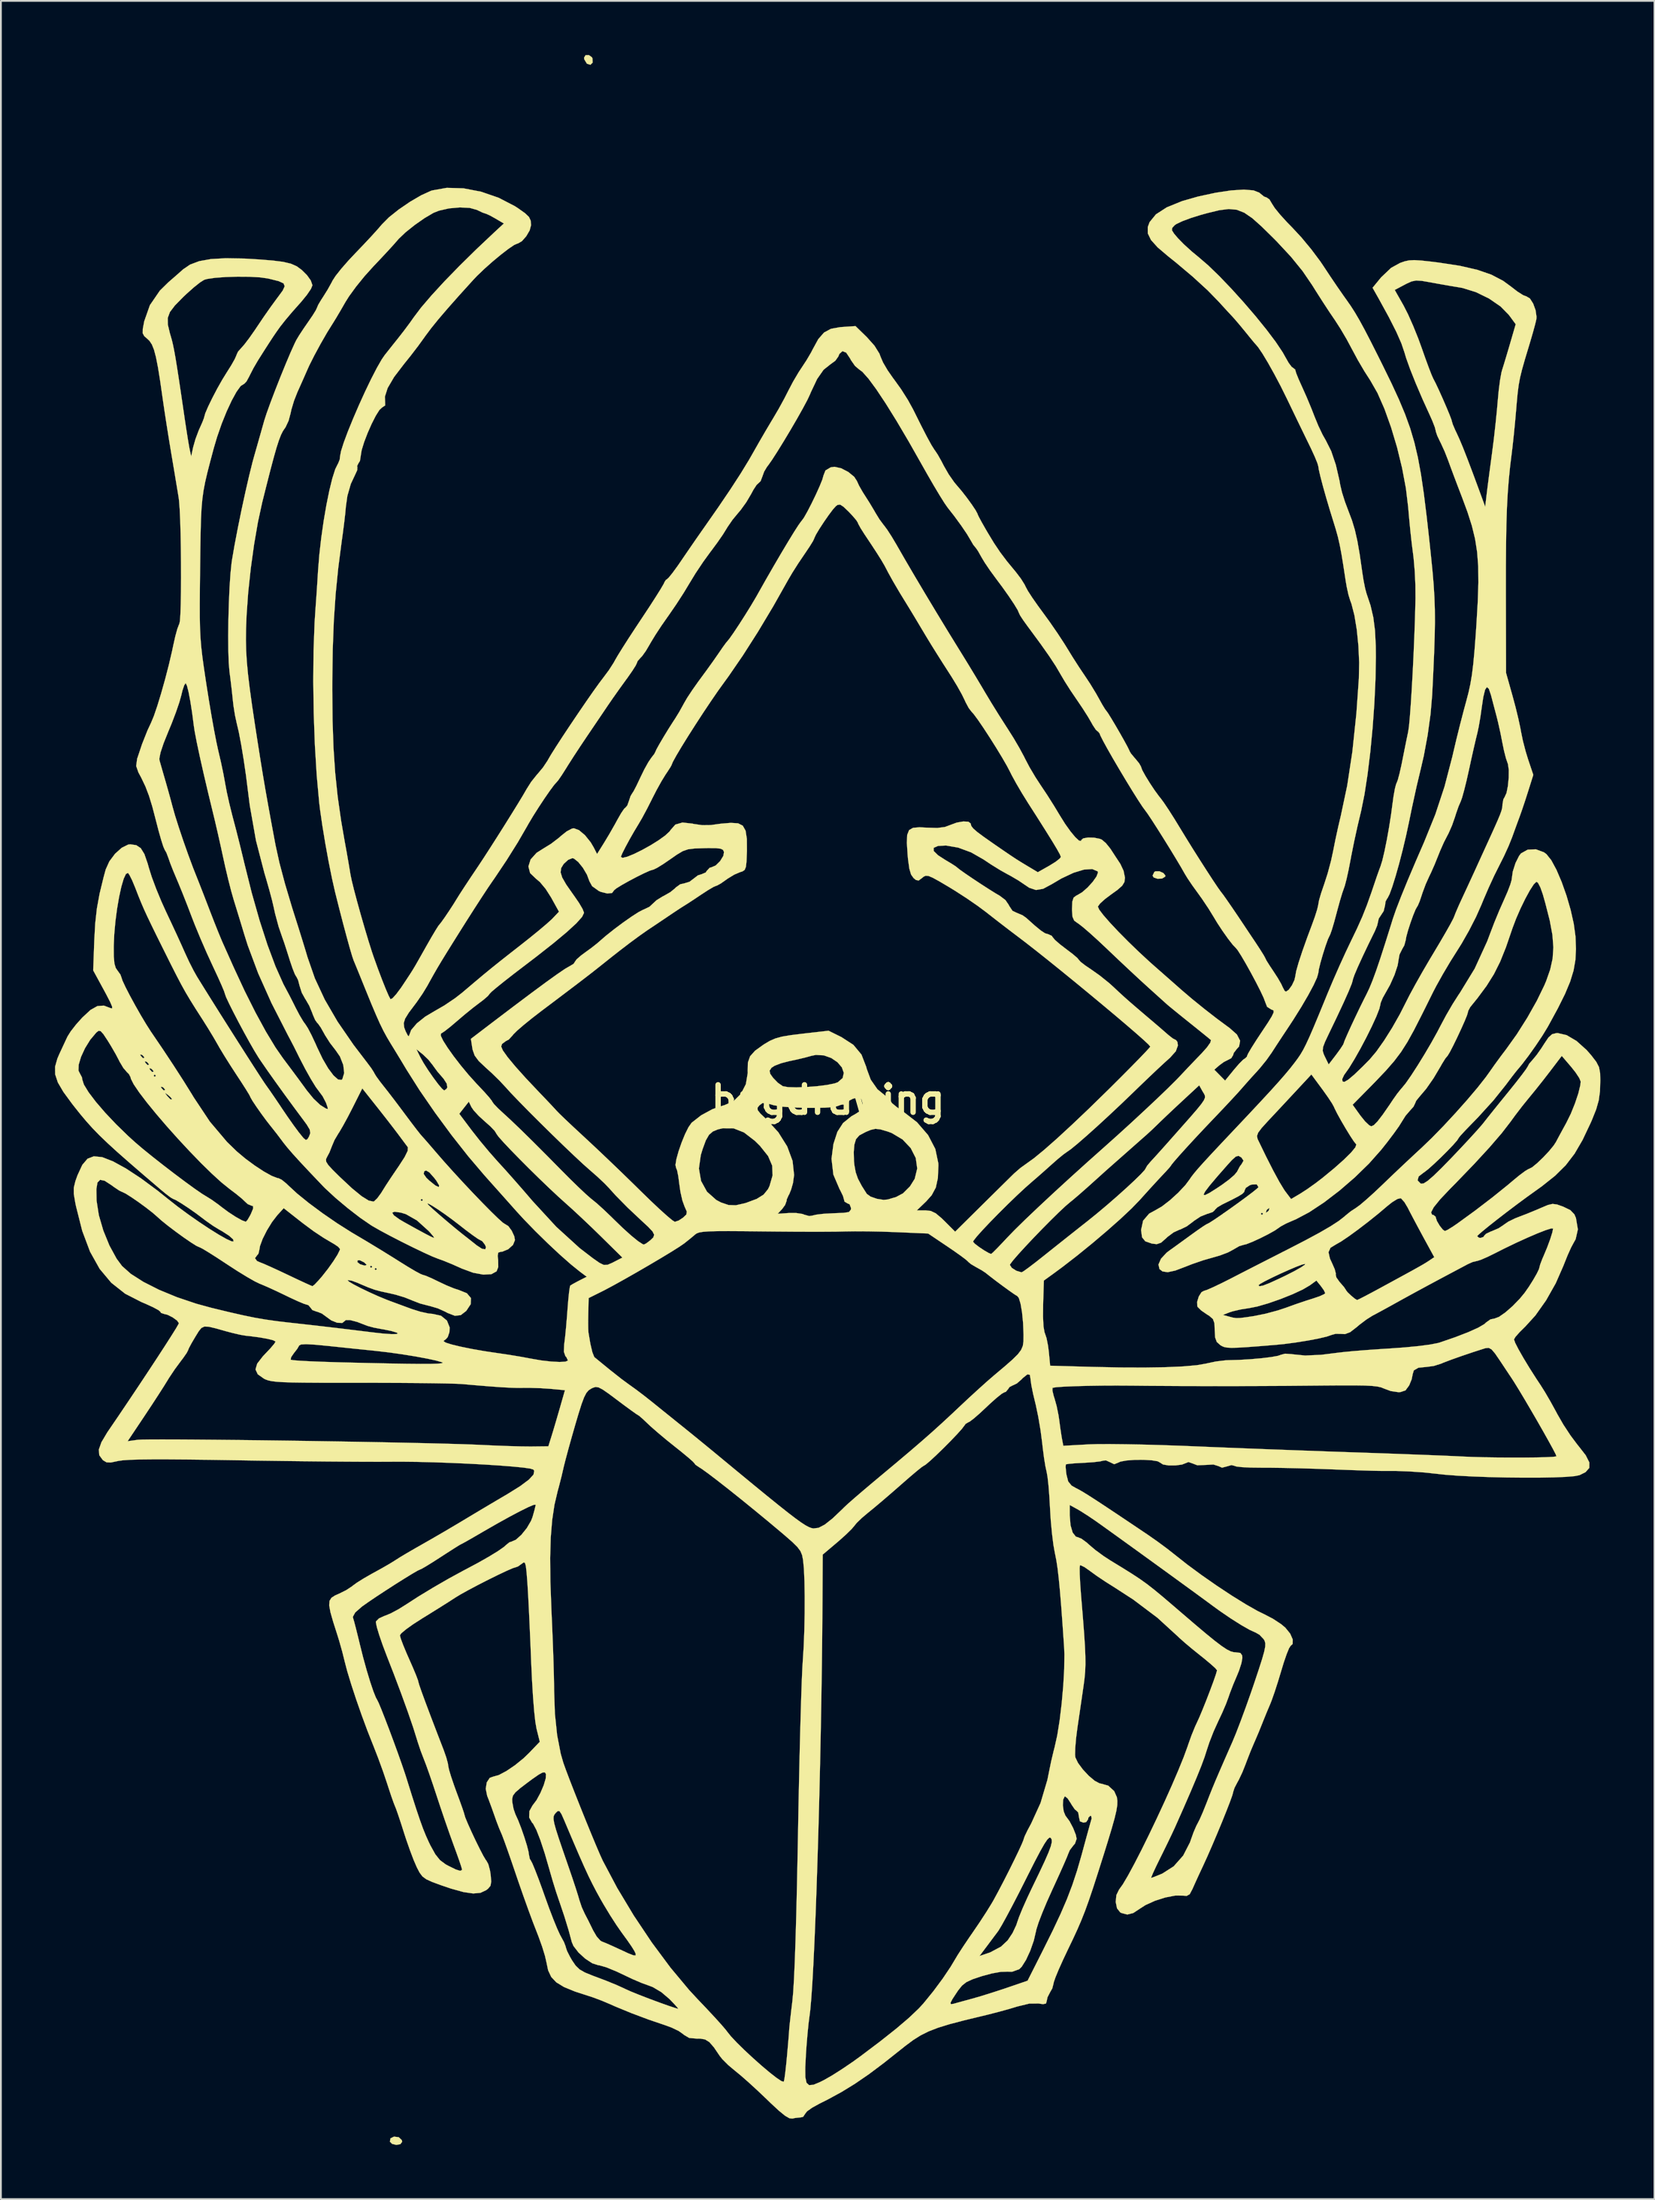
<source format=kicad_pcb>
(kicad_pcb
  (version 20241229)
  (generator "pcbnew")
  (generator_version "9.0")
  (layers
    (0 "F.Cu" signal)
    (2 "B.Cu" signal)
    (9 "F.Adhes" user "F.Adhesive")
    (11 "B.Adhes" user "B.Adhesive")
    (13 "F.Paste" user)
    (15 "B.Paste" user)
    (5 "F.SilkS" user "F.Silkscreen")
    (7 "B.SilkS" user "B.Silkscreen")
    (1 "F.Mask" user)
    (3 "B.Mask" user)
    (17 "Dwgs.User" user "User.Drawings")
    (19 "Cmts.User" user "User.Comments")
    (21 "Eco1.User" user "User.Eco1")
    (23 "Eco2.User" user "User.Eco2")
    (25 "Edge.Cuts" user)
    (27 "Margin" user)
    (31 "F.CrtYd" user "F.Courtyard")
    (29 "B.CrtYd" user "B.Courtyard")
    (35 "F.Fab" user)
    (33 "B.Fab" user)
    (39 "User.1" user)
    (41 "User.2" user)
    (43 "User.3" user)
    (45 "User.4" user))
  (footprint "bugdrawing"
    (layer "F.Cu")
    (at 42.864 57.934)
    (property "Reference" "bugdrawing" (at 0 0 0) (layer "F.SilkS") (effects (font (size 1.524 1.524) (thickness 0.3))))
    (attr through_hole)
    (fp_poly (pts (xy -23.805 57.519) (xy -23.635 57.679) (xy -23.613 57.77) (xy -23.713 57.905) (xy -23.936 57.945) (xy -24.17 57.89) (xy -24.293 57.767) (xy -24.263 57.584) (xy -24.068 57.488) (xy -23.805 57.519)) (stroke (width 0.01) (type solid)) (fill yes) (layer "F.SilkS"))
    (fp_poly (pts (xy -13.091 -57.805) (xy -13.062 -57.748) (xy -13.052 -57.513) (xy -13.178 -57.391) (xy -13.364 -57.451) (xy -13.376 -57.463) (xy -13.513 -57.689) (xy -13.53 -57.782) (xy -13.444 -57.925) (xy -13.26 -57.929) (xy -13.091 -57.805)) (stroke (width 0.01) (type solid)) (fill yes) (layer "F.SilkS"))
    (fp_poly (pts (xy 18.595 -12.576) (xy 18.707 -12.437) (xy 18.695 -12.374) (xy 18.521 -12.27) (xy 18.27 -12.259) (xy 18.058 -12.331) (xy 17.997 -12.434) (xy 18.093 -12.634) (xy 18.157 -12.672) (xy 18.378 -12.673) (xy 18.595 -12.576)) (stroke (width 0.01) (type solid)) (fill yes) (layer "F.SilkS"))
    (fp_poly (pts (xy -20.217 -50.542) (xy -19.237 -50.354) (xy -18.265 -50.019) (xy -17.36 -49.55) (xy -17.187 -49.437) (xy -16.8 -49.162) (xy -16.584 -48.955) (xy -16.489 -48.755) (xy -16.467 -48.503) (xy -16.544 -48.21) (xy -16.734 -47.885) (xy -16.973 -47.613) (xy -17.196 -47.483) (xy -17.221 -47.481) (xy -17.407 -47.399) (xy -17.731 -47.179) (xy -18.145 -46.859) (xy -18.604 -46.478) (xy -19.059 -46.073) (xy -19.465 -45.684) (xy -19.656 -45.483) (xy -20.455 -44.601) (xy -21.097 -43.875) (xy -21.608 -43.278) (xy -22.008 -42.783) (xy -22.321 -42.365) (xy -22.382 -42.278) (xy -22.737 -41.788) (xy -23.16 -41.237) (xy -23.505 -40.808) (xy -24.062 -40.079) (xy -24.419 -39.469) (xy -24.573 -38.988) (xy -24.563 -38.756) (xy -24.557 -38.504) (xy -24.726 -38.391) (xy -24.878 -38.249) (xy -25.081 -37.925) (xy -25.307 -37.48) (xy -25.53 -36.975) (xy -25.723 -36.471) (xy -25.859 -36.029) (xy -25.911 -35.711) (xy -25.911 -35.71) (xy -25.955 -35.428) (xy -26.04 -35.291) (xy -26.115 -35.14) (xy -26.099 -35.095) (xy -26.107 -34.913) (xy -26.21 -34.689) (xy -26.463 -34.149) (xy -26.653 -33.486) (xy -26.737 -32.882) (xy -26.768 -32.535) (xy -26.828 -32.015) (xy -26.906 -31.402) (xy -26.969 -30.952) (xy -27.16 -29.48) (xy -27.304 -28.037) (xy -27.404 -26.558) (xy -27.464 -24.976) (xy -27.489 -23.225) (xy -27.49 -22.72) (xy -27.474 -21.027) (xy -27.422 -19.522) (xy -27.329 -18.138) (xy -27.19 -16.809) (xy -26.998 -15.469) (xy -26.806 -14.359) (xy -26.694 -13.743) (xy -26.591 -13.154) (xy -26.511 -12.679) (xy -26.484 -12.509) (xy -26.414 -12.17) (xy -26.285 -11.646) (xy -26.111 -10.991) (xy -25.909 -10.264) (xy -25.694 -9.521) (xy -25.484 -8.82) (xy -25.294 -8.217) (xy -25.191 -7.914) (xy -24.961 -7.274) (xy -24.733 -6.671) (xy -24.528 -6.156) (xy -24.365 -5.778) (xy -24.265 -5.586) (xy -24.259 -5.579) (xy -24.151 -5.63) (xy -23.947 -5.854) (xy -23.684 -6.206) (xy -23.602 -6.327) (xy -23.348 -6.71) (xy -23.164 -6.99) (xy -23.015 -7.226) (xy -22.865 -7.478) (xy -22.678 -7.806) (xy -22.417 -8.268) (xy -22.257 -8.552) (xy -21.988 -9.022) (xy -21.761 -9.404) (xy -21.608 -9.645) (xy -21.564 -9.701) (xy -21.454 -9.836) (xy -21.253 -10.118) (xy -21.01 -10.478) (xy -20.769 -10.848) (xy -20.609 -11.108) (xy -20.433 -11.39) (xy -20.152 -11.823) (xy -19.803 -12.351) (xy -19.424 -12.915) (xy -19.397 -12.955) (xy -19.118 -13.377) (xy -18.765 -13.923) (xy -18.367 -14.546) (xy -17.954 -15.199) (xy -17.556 -15.837) (xy -17.201 -16.411) (xy -16.919 -16.876) (xy -16.74 -17.185) (xy -16.714 -17.231) (xy -16.461 -17.631) (xy -16.148 -18.023) (xy -16.105 -18.069) (xy -15.804 -18.431) (xy -15.551 -18.81) (xy -15.521 -18.866) (xy -15.356 -19.149) (xy -15.075 -19.595) (xy -14.709 -20.158) (xy -14.288 -20.792) (xy -13.844 -21.451) (xy -13.407 -22.09) (xy -13.009 -22.662) (xy -12.679 -23.121) (xy -12.451 -23.422) (xy -12.152 -23.824) (xy -11.886 -24.238) (xy -11.809 -24.379) (xy -11.663 -24.631) (xy -11.403 -25.05) (xy -11.058 -25.591) (xy -10.655 -26.207) (xy -10.322 -26.709) (xy -9.915 -27.324) (xy -9.563 -27.87) (xy -9.288 -28.309) (xy -9.114 -28.606) (xy -9.062 -28.719) (xy -8.98 -28.843) (xy -8.956 -28.846) (xy -8.843 -28.945) (xy -8.627 -29.211) (xy -8.345 -29.597) (xy -8.181 -29.835) (xy -7.789 -30.409) (xy -7.361 -31.031) (xy -6.977 -31.581) (xy -6.915 -31.669) (xy -6.091 -32.849) (xy -5.407 -33.859) (xy -4.843 -34.729) (xy -4.379 -35.49) (xy -4.164 -35.866) (xy -3.824 -36.464) (xy -3.458 -37.095) (xy -3.129 -37.649) (xy -3.049 -37.781) (xy -2.737 -38.312) (xy -2.427 -38.878) (xy -2.205 -39.313) (xy -1.938 -39.822) (xy -1.629 -40.345) (xy -1.468 -40.589) (xy -1.19 -41.013) (xy -0.94 -41.438) (xy -0.852 -41.61) (xy -0.54 -42.18) (xy -0.221 -42.545) (xy 0.162 -42.752) (xy 0.668 -42.844) (xy 0.751 -42.85) (xy 1.524 -42.903) (xy 2.156 -42.288) (xy 2.576 -41.816) (xy 2.85 -41.376) (xy 2.911 -41.211) (xy 3.05 -40.886) (xy 3.304 -40.453) (xy 3.621 -39.998) (xy 3.67 -39.935) (xy 4.051 -39.405) (xy 4.429 -38.808) (xy 4.714 -38.291) (xy 5.148 -37.419) (xy 5.485 -36.763) (xy 5.735 -36.307) (xy 5.906 -36.036) (xy 5.939 -35.994) (xy 6.083 -35.777) (xy 6.284 -35.421) (xy 6.427 -35.145) (xy 6.692 -34.683) (xy 7 -34.242) (xy 7.152 -34.06) (xy 7.409 -33.759) (xy 7.697 -33.389) (xy 7.97 -33.013) (xy 8.183 -32.694) (xy 8.291 -32.493) (xy 8.296 -32.468) (xy 8.357 -32.334) (xy 8.517 -32.037) (xy 8.747 -31.633) (xy 8.833 -31.485) (xy 9.201 -30.877) (xy 9.545 -30.364) (xy 9.931 -29.853) (xy 10.427 -29.252) (xy 10.429 -29.249) (xy 10.699 -28.894) (xy 10.906 -28.561) (xy 10.958 -28.45) (xy 11.083 -28.219) (xy 11.325 -27.845) (xy 11.646 -27.387) (xy 11.889 -27.056) (xy 12.307 -26.481) (xy 12.736 -25.858) (xy 13.107 -25.29) (xy 13.236 -25.081) (xy 13.563 -24.549) (xy 13.912 -24.004) (xy 14.21 -23.56) (xy 14.218 -23.549) (xy 14.54 -23.062) (xy 14.863 -22.531) (xy 15.008 -22.273) (xy 15.208 -21.913) (xy 15.367 -21.654) (xy 15.432 -21.571) (xy 15.528 -21.438) (xy 15.711 -21.144) (xy 15.946 -20.75) (xy 16.198 -20.314) (xy 16.433 -19.898) (xy 16.616 -19.56) (xy 16.713 -19.36) (xy 16.721 -19.335) (xy 16.799 -19.203) (xy 16.993 -18.97) (xy 17.04 -18.918) (xy 17.25 -18.662) (xy 17.356 -18.475) (xy 17.359 -18.456) (xy 17.426 -18.278) (xy 17.602 -17.96) (xy 17.842 -17.569) (xy 18.107 -17.17) (xy 18.354 -16.832) (xy 18.445 -16.721) (xy 18.618 -16.486) (xy 18.884 -16.089) (xy 19.205 -15.585) (xy 19.525 -15.061) (xy 19.861 -14.511) (xy 20.236 -13.906) (xy 20.626 -13.29) (xy 21.002 -12.703) (xy 21.338 -12.187) (xy 21.607 -11.785) (xy 21.782 -11.539) (xy 21.824 -11.487) (xy 21.921 -11.36) (xy 22.121 -11.076) (xy 22.388 -10.69) (xy 22.682 -10.257) (xy 22.966 -9.833) (xy 23.039 -9.724) (xy 23.169 -9.528) (xy 23.396 -9.188) (xy 23.673 -8.775) (xy 23.709 -8.721) (xy 23.967 -8.327) (xy 24.159 -8.02) (xy 24.249 -7.856) (xy 24.251 -7.845) (xy 24.318 -7.714) (xy 24.492 -7.438) (xy 24.69 -7.141) (xy 24.941 -6.755) (xy 25.134 -6.418) (xy 25.21 -6.251) (xy 25.318 -6.047) (xy 25.394 -5.999) (xy 25.547 -6.103) (xy 25.724 -6.351) (xy 25.864 -6.645) (xy 25.911 -6.856) (xy 25.958 -7.128) (xy 26.091 -7.6) (xy 26.3 -8.237) (xy 26.572 -9.003) (xy 26.827 -9.684) (xy 26.999 -10.16) (xy 27.126 -10.564) (xy 27.185 -10.82) (xy 27.187 -10.846) (xy 27.229 -11.071) (xy 27.34 -11.453) (xy 27.497 -11.914) (xy 27.509 -11.947) (xy 27.705 -12.555) (xy 27.891 -13.25) (xy 28.007 -13.785) (xy 28.132 -14.413) (xy 28.288 -15.13) (xy 28.437 -15.763) (xy 28.789 -17.423) (xy 29.076 -19.309) (xy 29.299 -21.43) (xy 29.436 -23.374) (xy 29.452 -24.25) (xy 29.411 -25.169) (xy 29.321 -26.065) (xy 29.189 -26.868) (xy 29.023 -27.51) (xy 28.953 -27.697) (xy 28.86 -27.999) (xy 28.763 -28.441) (xy 28.704 -28.782) (xy 28.576 -29.623) (xy 28.47 -30.269) (xy 28.373 -30.78) (xy 28.273 -31.215) (xy 28.157 -31.632) (xy 28.043 -32.003) (xy 27.826 -32.703) (xy 27.62 -33.399) (xy 27.44 -34.039) (xy 27.3 -34.576) (xy 27.212 -34.958) (xy 27.188 -35.121) (xy 27.135 -35.307) (xy 26.992 -35.657) (xy 26.785 -36.109) (xy 26.686 -36.313) (xy 26.427 -36.844) (xy 26.101 -37.516) (xy 25.752 -38.24) (xy 25.451 -38.866) (xy 25.107 -39.561) (xy 24.747 -40.242) (xy 24.4 -40.863) (xy 24.091 -41.377) (xy 23.847 -41.737) (xy 23.737 -41.865) (xy 23.626 -41.991) (xy 23.407 -42.257) (xy 23.162 -42.559) (xy 22.848 -42.941) (xy 22.559 -43.28) (xy 22.401 -43.455) (xy 22.164 -43.709) (xy 21.851 -44.05) (xy 21.689 -44.23) (xy 21.046 -44.89) (xy 20.228 -45.639) (xy 19.281 -46.437) (xy 18.853 -46.779) (xy 18.275 -47.27) (xy 17.908 -47.68) (xy 17.732 -48.043) (xy 17.73 -48.393) (xy 17.832 -48.669) (xy 18.183 -49.099) (xy 18.785 -49.488) (xy 19.635 -49.834) (xy 20.521 -50.087) (xy 21.497 -50.297) (xy 22.353 -50.426) (xy 23.061 -50.47) (xy 23.592 -50.428) (xy 23.918 -50.3) (xy 23.953 -50.267) (xy 24.175 -50.086) (xy 24.319 -50.034) (xy 24.475 -49.928) (xy 24.621 -49.683) (xy 24.772 -49.448) (xy 25.061 -49.092) (xy 25.443 -48.671) (xy 25.733 -48.375) (xy 26.253 -47.815) (xy 26.805 -47.149) (xy 27.297 -46.491) (xy 27.447 -46.269) (xy 27.831 -45.689) (xy 28.235 -45.092) (xy 28.597 -44.571) (xy 28.745 -44.364) (xy 28.983 -44.024) (xy 29.215 -43.662) (xy 29.462 -43.241) (xy 29.744 -42.723) (xy 30.084 -42.068) (xy 30.501 -41.241) (xy 30.744 -40.753) (xy 31.241 -39.736) (xy 31.655 -38.839) (xy 31.997 -38.021) (xy 32.28 -37.239) (xy 32.513 -36.45) (xy 32.709 -35.612) (xy 32.88 -34.681) (xy 33.037 -33.616) (xy 33.191 -32.374) (xy 33.322 -31.208) (xy 33.43 -30.194) (xy 33.517 -29.33) (xy 33.581 -28.573) (xy 33.624 -27.876) (xy 33.648 -27.195) (xy 33.653 -26.484) (xy 33.639 -25.699) (xy 33.609 -24.795) (xy 33.562 -23.726) (xy 33.5 -22.447) (xy 33.499 -22.437) (xy 33.41 -21.391) (xy 33.25 -20.231) (xy 33.037 -19.081) (xy 32.875 -18.38) (xy 32.634 -17.372) (xy 32.376 -16.19) (xy 32.223 -15.444) (xy 32.053 -14.653) (xy 31.863 -13.853) (xy 31.665 -13.086) (xy 31.469 -12.394) (xy 31.289 -11.818) (xy 31.136 -11.399) (xy 31.022 -11.178) (xy 31.001 -11.159) (xy 30.913 -10.991) (xy 30.888 -10.787) (xy 30.81 -10.465) (xy 30.697 -10.293) (xy 30.538 -10.051) (xy 30.506 -9.911) (xy 30.451 -9.666) (xy 30.325 -9.36) (xy 29.956 -8.608) (xy 29.634 -7.929) (xy 29.373 -7.358) (xy 29.192 -6.932) (xy 29.106 -6.686) (xy 29.102 -6.654) (xy 29.043 -6.445) (xy 28.87 -6.019) (xy 28.588 -5.387) (xy 28.2 -4.558) (xy 27.771 -3.666) (xy 27.56 -3.219) (xy 27.45 -2.929) (xy 27.43 -2.722) (xy 27.489 -2.525) (xy 27.556 -2.382) (xy 27.761 -1.963) (xy 28.176 -2.505) (xy 28.408 -2.823) (xy 28.559 -3.055) (xy 28.591 -3.127) (xy 28.643 -3.279) (xy 28.785 -3.608) (xy 28.99 -4.06) (xy 29.236 -4.585) (xy 29.497 -5.129) (xy 29.75 -5.641) (xy 29.867 -5.871) (xy 30.023 -6.2) (xy 30.193 -6.615) (xy 30.389 -7.148) (xy 30.62 -7.828) (xy 30.897 -8.687) (xy 31.232 -9.753) (xy 31.314 -10.02) (xy 31.495 -10.545) (xy 31.777 -11.275) (xy 32.149 -12.186) (xy 32.601 -13.251) (xy 33.055 -14.295) (xy 33.676 -15.829) (xy 34.186 -17.372) (xy 34.621 -19.04) (xy 34.66 -19.21) (xy 34.842 -19.982) (xy 35.054 -20.833) (xy 35.263 -21.638) (xy 35.384 -22.081) (xy 35.514 -22.576) (xy 35.619 -23.056) (xy 35.705 -23.569) (xy 35.779 -24.165) (xy 35.847 -24.892) (xy 35.916 -25.8) (xy 35.955 -26.371) (xy 36.029 -27.629) (xy 36.063 -28.684) (xy 36.054 -29.582) (xy 35.994 -30.373) (xy 35.879 -31.106) (xy 35.703 -31.828) (xy 35.46 -32.589) (xy 35.169 -33.377) (xy 34.923 -34.018) (xy 34.692 -34.628) (xy 34.502 -35.139) (xy 34.378 -35.479) (xy 34.196 -35.944) (xy 33.989 -36.397) (xy 33.938 -36.498) (xy 33.783 -36.824) (xy 33.7 -37.07) (xy 33.696 -37.106) (xy 33.645 -37.302) (xy 33.513 -37.642) (xy 33.382 -37.938) (xy 32.966 -38.852) (xy 32.593 -39.724) (xy 32.282 -40.503) (xy 32.055 -41.137) (xy 31.964 -41.442) (xy 31.794 -41.944) (xy 31.509 -42.591) (xy 31.097 -43.403) (xy 30.55 -44.401) (xy 30.495 -44.499) (xy 30.264 -44.907) (xy 31.424 -44.907) (xy 31.918 -44.036) (xy 32.166 -43.547) (xy 32.45 -42.907) (xy 32.731 -42.209) (xy 32.916 -41.7) (xy 33.125 -41.108) (xy 33.316 -40.588) (xy 33.468 -40.197) (xy 33.558 -39.996) (xy 33.695 -39.731) (xy 33.881 -39.335) (xy 34.089 -38.872) (xy 34.291 -38.406) (xy 34.46 -38) (xy 34.567 -37.719) (xy 34.59 -37.631) (xy 34.643 -37.454) (xy 34.776 -37.142) (xy 34.855 -36.977) (xy 35.013 -36.633) (xy 35.209 -36.166) (xy 35.452 -35.546) (xy 35.755 -34.746) (xy 36.129 -33.735) (xy 36.163 -33.642) (xy 36.441 -32.885) (xy 36.522 -33.578) (xy 36.572 -33.983) (xy 36.647 -34.56) (xy 36.736 -35.232) (xy 36.821 -35.866) (xy 36.92 -36.639) (xy 37.014 -37.474) (xy 37.093 -38.257) (xy 37.135 -38.738) (xy 37.191 -39.339) (xy 37.262 -39.892) (xy 37.338 -40.317) (xy 37.376 -40.461) (xy 37.481 -40.796) (xy 37.628 -41.284) (xy 37.79 -41.831) (xy 37.827 -41.957) (xy 38.132 -43.007) (xy 37.754 -43.521) (xy 37.291 -43.993) (xy 36.655 -44.43) (xy 35.927 -44.786) (xy 35.19 -45.015) (xy 35.027 -45.045) (xy 34.475 -45.137) (xy 33.838 -45.249) (xy 33.401 -45.329) (xy 32.929 -45.411) (xy 32.613 -45.431) (xy 32.359 -45.38) (xy 32.074 -45.251) (xy 31.978 -45.2) (xy 31.424 -44.907) (xy 30.264 -44.907) (xy 30.196 -45.028) (xy 30.67 -45.606) (xy 31.224 -46.132) (xy 31.72 -46.404) (xy 31.981 -46.495) (xy 32.225 -46.547) (xy 32.511 -46.561) (xy 32.899 -46.537) (xy 33.447 -46.477) (xy 33.858 -46.426) (xy 35.036 -46.246) (xy 35.999 -46.025) (xy 36.785 -45.753) (xy 37.432 -45.415) (xy 37.865 -45.098) (xy 38.231 -44.816) (xy 38.546 -44.617) (xy 38.733 -44.546) (xy 38.921 -44.433) (xy 39.1 -44.151) (xy 39.234 -43.783) (xy 39.287 -43.415) (xy 39.276 -43.279) (xy 39.213 -43.012) (xy 39.095 -42.578) (xy 38.942 -42.051) (xy 38.867 -41.802) (xy 38.644 -41.063) (xy 38.484 -40.498) (xy 38.371 -40.037) (xy 38.293 -39.611) (xy 38.235 -39.149) (xy 38.183 -38.583) (xy 38.159 -38.291) (xy 38.096 -37.581) (xy 38.024 -36.848) (xy 37.953 -36.196) (xy 37.913 -35.866) (xy 37.821 -35.119) (xy 37.747 -34.387) (xy 37.689 -33.631) (xy 37.645 -32.812) (xy 37.615 -31.894) (xy 37.597 -30.836) (xy 37.588 -29.602) (xy 37.587 -28.152) (xy 37.587 -28.08) (xy 37.596 -23.677) (xy 37.955 -22.401) (xy 38.124 -21.772) (xy 38.276 -21.147) (xy 38.389 -20.623) (xy 38.425 -20.422) (xy 38.529 -19.914) (xy 38.685 -19.315) (xy 38.822 -18.87) (xy 39.108 -18.019) (xy 38.813 -17.083) (xy 38.644 -16.557) (xy 38.479 -16.066) (xy 38.353 -15.71) (xy 38.349 -15.699) (xy 38.208 -15.319) (xy 38.032 -14.834) (xy 37.93 -14.551) (xy 37.738 -14.074) (xy 37.476 -13.5) (xy 37.202 -12.955) (xy 36.938 -12.427) (xy 36.635 -11.768) (xy 36.343 -11.091) (xy 36.228 -10.809) (xy 35.933 -10.145) (xy 35.547 -9.392) (xy 35.133 -8.664) (xy 34.908 -8.305) (xy 34.507 -7.669) (xy 34.094 -6.972) (xy 33.729 -6.318) (xy 33.555 -5.984) (xy 33.309 -5.488) (xy 33.097 -5.06) (xy 32.95 -4.766) (xy 32.913 -4.692) (xy 32.49 -3.863) (xy 32.126 -3.205) (xy 31.775 -2.654) (xy 31.392 -2.147) (xy 30.933 -1.62) (xy 30.353 -1.011) (xy 30.149 -0.802) (xy 29.09 0.272) (xy 29.519 0.87) (xy 29.781 1.195) (xy 30.011 1.412) (xy 30.125 1.468) (xy 30.264 1.404) (xy 30.468 1.198) (xy 30.755 0.826) (xy 31.144 0.265) (xy 31.328 -0.012) (xy 31.566 -0.348) (xy 31.782 -0.617) (xy 31.826 -0.664) (xy 32.037 -0.923) (xy 32.337 -1.354) (xy 32.694 -1.906) (xy 33.075 -2.525) (xy 33.449 -3.161) (xy 33.782 -3.76) (xy 33.96 -4.101) (xy 34.277 -4.695) (xy 34.636 -5.312) (xy 34.971 -5.837) (xy 35.039 -5.935) (xy 35.858 -7.276) (xy 36.553 -8.794) (xy 36.716 -9.228) (xy 36.948 -9.835) (xy 37.229 -10.516) (xy 37.477 -11.075) (xy 37.681 -11.541) (xy 37.833 -11.938) (xy 37.907 -12.194) (xy 37.909 -12.224) (xy 37.97 -12.658) (xy 38.122 -13.133) (xy 38.322 -13.531) (xy 38.427 -13.666) (xy 38.799 -13.872) (xy 39.251 -13.892) (xy 39.696 -13.727) (xy 39.835 -13.625) (xy 40.104 -13.289) (xy 40.392 -12.756) (xy 40.68 -12.082) (xy 40.949 -11.322) (xy 41.179 -10.53) (xy 41.351 -9.763) (xy 41.445 -9.076) (xy 41.449 -9.03) (xy 41.473 -8.361) (xy 41.442 -7.756) (xy 41.34 -7.171) (xy 41.153 -6.559) (xy 40.868 -5.876) (xy 40.47 -5.075) (xy 39.945 -4.111) (xy 39.894 -4.021) (xy 39.615 -3.563) (xy 39.244 -3.008) (xy 38.846 -2.447) (xy 38.486 -1.974) (xy 38.361 -1.823) (xy 38.16 -1.583) (xy 37.937 -1.298) (xy 37.631 -0.891) (xy 37.586 -0.83) (xy 36.896 0.031) (xy 36.041 0.971) (xy 35.643 1.38) (xy 35.321 1.713) (xy 35.083 1.97) (xy 34.975 2.103) (xy 34.973 2.11) (xy 34.886 2.246) (xy 34.658 2.507) (xy 34.335 2.844) (xy 33.966 3.211) (xy 33.598 3.56) (xy 33.279 3.845) (xy 33.057 4.017) (xy 33.026 4.035) (xy 32.751 4.249) (xy 32.69 4.465) (xy 32.854 4.634) (xy 32.893 4.651) (xy 33.029 4.634) (xy 33.249 4.494) (xy 33.576 4.212) (xy 34.029 3.771) (xy 34.558 3.229) (xy 35.076 2.684) (xy 35.558 2.167) (xy 35.963 1.723) (xy 36.252 1.394) (xy 36.348 1.276) (xy 36.561 1.005) (xy 36.892 0.59) (xy 37.296 0.089) (xy 37.728 -0.443) (xy 37.747 -0.466) (xy 38.14 -0.956) (xy 38.466 -1.376) (xy 38.696 -1.686) (xy 38.799 -1.847) (xy 38.802 -1.857) (xy 38.883 -2.006) (xy 39.07 -2.22) (xy 39.291 -2.486) (xy 39.559 -2.866) (xy 39.705 -3.095) (xy 39.947 -3.456) (xy 40.151 -3.639) (xy 40.385 -3.699) (xy 40.461 -3.702) (xy 40.955 -3.588) (xy 41.503 -3.266) (xy 42.063 -2.764) (xy 42.315 -2.477) (xy 42.6 -2.107) (xy 42.752 -1.811) (xy 42.813 -1.478) (xy 42.823 -1.089) (xy 42.805 -0.477) (xy 42.736 0.028) (xy 42.594 0.529) (xy 42.354 1.129) (xy 42.289 1.276) (xy 41.84 2.224) (xy 41.396 2.986) (xy 40.907 3.625) (xy 40.32 4.206) (xy 39.585 4.791) (xy 39.235 5.042) (xy 38.738 5.399) (xy 38.191 5.803) (xy 37.634 6.224) (xy 37.103 6.634) (xy 36.636 7.003) (xy 36.272 7.301) (xy 36.048 7.498) (xy 35.995 7.563) (xy 36.098 7.648) (xy 36.185 7.658) (xy 36.355 7.595) (xy 36.377 7.541) (xy 36.486 7.428) (xy 36.754 7.3) (xy 36.825 7.275) (xy 37.186 7.119) (xy 37.462 6.937) (xy 37.479 6.921) (xy 37.721 6.755) (xy 38.093 6.573) (xy 38.275 6.501) (xy 38.755 6.317) (xy 39.294 6.095) (xy 39.526 5.995) (xy 39.912 5.832) (xy 40.174 5.77) (xy 40.421 5.801) (xy 40.76 5.921) (xy 40.763 5.922) (xy 41.161 6.114) (xy 41.384 6.346) (xy 41.472 6.549) (xy 41.579 7.182) (xy 41.456 7.727) (xy 41.351 7.914) (xy 41.204 8.187) (xy 41.011 8.616) (xy 40.811 9.114) (xy 40.782 9.19) (xy 40.352 10.17) (xy 39.817 11.117) (xy 39.224 11.955) (xy 38.669 12.565) (xy 38.35 12.881) (xy 38.122 13.138) (xy 38.036 13.281) (xy 38.103 13.473) (xy 38.286 13.831) (xy 38.56 14.312) (xy 38.898 14.87) (xy 39.274 15.46) (xy 39.514 15.821) (xy 39.761 16.214) (xy 40.065 16.737) (xy 40.37 17.292) (xy 40.439 17.423) (xy 40.775 18.007) (xy 41.174 18.614) (xy 41.557 19.125) (xy 41.61 19.188) (xy 42.015 19.708) (xy 42.215 20.105) (xy 42.213 20.406) (xy 42.008 20.641) (xy 41.671 20.81) (xy 41.393 20.865) (xy 40.902 20.906) (xy 40.237 20.933) (xy 39.441 20.948) (xy 38.555 20.949) (xy 37.619 20.939) (xy 36.675 20.917) (xy 35.764 20.884) (xy 34.927 20.84) (xy 34.204 20.785) (xy 33.696 20.729) (xy 33.036 20.659) (xy 32.253 20.605) (xy 31.471 20.575) (xy 30.813 20.575) (xy 30.793 20.576) (xy 30.558 20.574) (xy 30.115 20.564) (xy 29.509 20.545) (xy 28.787 20.52) (xy 27.995 20.49) (xy 27.953 20.488) (xy 27.057 20.456) (xy 26.132 20.429) (xy 25.254 20.409) (xy 24.496 20.398) (xy 24.03 20.397) (xy 23.451 20.39) (xy 22.97 20.367) (xy 22.643 20.33) (xy 22.526 20.29) (xy 22.37 20.251) (xy 22.144 20.318) (xy 21.848 20.395) (xy 21.653 20.309) (xy 21.37 20.22) (xy 20.948 20.243) (xy 20.475 20.261) (xy 20.231 20.167) (xy 19.986 20.081) (xy 19.88 20.125) (xy 19.627 20.223) (xy 19.264 20.271) (xy 18.883 20.27) (xy 18.576 20.219) (xy 18.435 20.127) (xy 18.282 20.041) (xy 17.946 19.985) (xy 17.501 19.959) (xy 17.016 19.962) (xy 16.565 19.995) (xy 16.217 20.058) (xy 16.07 20.124) (xy 15.869 20.204) (xy 15.648 20.097) (xy 15.409 19.99) (xy 15.273 20.002) (xy 15.088 20.047) (xy 14.722 20.09) (xy 14.25 20.122) (xy 14.187 20.125) (xy 13.722 20.15) (xy 13.369 20.18) (xy 13.193 20.209) (xy 13.186 20.213) (xy 13.175 20.356) (xy 13.204 20.659) (xy 13.223 20.79) (xy 13.319 21.163) (xy 13.506 21.39) (xy 13.751 21.53) (xy 13.919 21.616) (xy 14.14 21.743) (xy 14.435 21.925) (xy 14.829 22.178) (xy 15.344 22.516) (xy 16.003 22.954) (xy 16.83 23.508) (xy 17.742 24.121) (xy 18.258 24.482) (xy 18.795 24.879) (xy 19.21 25.205) (xy 19.922 25.767) (xy 20.724 26.358) (xy 21.565 26.944) (xy 22.395 27.492) (xy 23.164 27.969) (xy 23.821 28.342) (xy 24.193 28.524) (xy 24.673 28.774) (xy 25.125 29.072) (xy 25.355 29.263) (xy 25.626 29.597) (xy 25.768 29.92) (xy 25.764 30.17) (xy 25.652 30.273) (xy 25.565 30.406) (xy 25.431 30.734) (xy 25.27 31.202) (xy 25.137 31.641) (xy 24.952 32.251) (xy 24.766 32.828) (xy 24.603 33.291) (xy 24.525 33.49) (xy 24.327 33.958) (xy 24.12 34.468) (xy 24.072 34.59) (xy 23.877 35.073) (xy 23.668 35.562) (xy 23.618 35.675) (xy 23.432 36.115) (xy 23.232 36.628) (xy 23.159 36.824) (xy 22.978 37.278) (xy 22.78 37.698) (xy 22.698 37.845) (xy 22.54 38.148) (xy 22.466 38.375) (xy 22.465 38.389) (xy 22.416 38.569) (xy 22.284 38.936) (xy 22.087 39.443) (xy 21.845 40.046) (xy 21.575 40.696) (xy 21.298 41.349) (xy 21.032 41.957) (xy 20.796 42.474) (xy 20.782 42.504) (xy 20.554 42.991) (xy 20.345 43.45) (xy 20.207 43.761) (xy 20.056 44.045) (xy 19.884 44.141) (xy 19.681 44.122) (xy 19.257 44.12) (xy 18.708 44.226) (xy 18.126 44.411) (xy 17.602 44.649) (xy 17.334 44.821) (xy 16.925 45.089) (xy 16.596 45.173) (xy 16.271 45.087) (xy 16.202 45.052) (xy 16.026 44.83) (xy 15.953 44.477) (xy 15.989 44.095) (xy 16.138 43.789) (xy 16.142 43.785) (xy 16.347 43.498) (xy 16.634 43.012) (xy 16.984 42.365) (xy 17.38 41.594) (xy 17.803 40.736) (xy 18.237 39.828) (xy 18.664 38.908) (xy 19.066 38.011) (xy 19.424 37.177) (xy 19.723 36.441) (xy 19.943 35.84) (xy 19.976 35.739) (xy 20.155 35.236) (xy 20.357 34.742) (xy 20.456 34.53) (xy 20.594 34.228) (xy 20.777 33.79) (xy 20.983 33.276) (xy 21.187 32.745) (xy 21.368 32.258) (xy 21.502 31.873) (xy 21.567 31.65) (xy 21.57 31.628) (xy 21.477 31.514) (xy 21.225 31.286) (xy 20.861 30.981) (xy 20.645 30.81) (xy 20.19 30.443) (xy 19.776 30.095) (xy 19.47 29.822) (xy 19.397 29.751) (xy 18.266 28.717) (xy 16.925 27.708) (xy 15.891 27.038) (xy 15.393 26.724) (xy 14.913 26.403) (xy 14.547 26.139) (xy 14.519 26.117) (xy 14.226 25.911) (xy 14.019 25.81) (xy 13.968 25.813) (xy 13.952 25.96) (xy 13.957 26.312) (xy 13.983 26.82) (xy 14.027 27.434) (xy 14.04 27.589) (xy 14.131 28.689) (xy 14.199 29.573) (xy 14.245 30.279) (xy 14.269 30.844) (xy 14.273 31.308) (xy 14.257 31.707) (xy 14.223 32.081) (xy 14.176 32.441) (xy 14.086 33.063) (xy 13.977 33.81) (xy 13.867 34.554) (xy 13.828 34.821) (xy 13.753 35.406) (xy 13.709 35.926) (xy 13.699 36.311) (xy 13.713 36.456) (xy 13.861 36.766) (xy 14.13 37.129) (xy 14.46 37.482) (xy 14.791 37.76) (xy 15.062 37.902) (xy 15.113 37.909) (xy 15.534 38.025) (xy 15.867 38.328) (xy 16.016 38.664) (xy 16.044 38.866) (xy 16.038 39.107) (xy 15.988 39.422) (xy 15.887 39.847) (xy 15.726 40.418) (xy 15.498 41.171) (xy 15.302 41.802) (xy 14.971 42.847) (xy 14.698 43.693) (xy 14.464 44.385) (xy 14.253 44.969) (xy 14.047 45.49) (xy 13.83 45.994) (xy 13.585 46.525) (xy 13.327 47.061) (xy 13.036 47.676) (xy 12.79 48.224) (xy 12.611 48.658) (xy 12.517 48.93) (xy 12.509 48.983) (xy 12.434 49.271) (xy 12.321 49.467) (xy 12.17 49.76) (xy 12.13 49.953) (xy 12.088 50.106) (xy 11.925 50.142) (xy 11.687 50.108) (xy 11.163 50.11) (xy 10.507 50.269) (xy 10.036 50.411) (xy 9.424 50.579) (xy 8.777 50.744) (xy 8.552 50.798) (xy 7.545 51.041) (xy 6.744 51.251) (xy 6.105 51.448) (xy 5.584 51.649) (xy 5.136 51.872) (xy 4.718 52.136) (xy 4.286 52.458) (xy 4.066 52.633) (xy 3.095 53.404) (xy 2.255 54.034) (xy 1.49 54.558) (xy 0.748 55.013) (xy -0.026 55.434) (xy -0.479 55.661) (xy -0.876 55.88) (xy -1.162 56.084) (xy -1.276 56.23) (xy -1.276 56.234) (xy -1.381 56.389) (xy -1.5 56.418) (xy -1.817 56.452) (xy -1.978 56.486) (xy -2.142 56.468) (xy -2.382 56.329) (xy -2.727 56.048) (xy -3.204 55.605) (xy -3.382 55.432) (xy -3.892 54.947) (xy -4.404 54.477) (xy -4.856 54.081) (xy -5.156 53.836) (xy -5.537 53.516) (xy -5.861 53.192) (xy -6.009 53.005) (xy -6.329 52.534) (xy -6.581 52.245) (xy -6.818 52.098) (xy -7.093 52.052) (xy -7.256 52.054) (xy -7.696 52.016) (xy -7.994 51.841) (xy -8.021 51.813) (xy -8.274 51.633) (xy -8.674 51.44) (xy -9.014 51.315) (xy -9.941 51) (xy -10.914 50.635) (xy -11.807 50.267) (xy -12.062 50.153) (xy -12.54 49.951) (xy -13.022 49.77) (xy -13.211 49.708) (xy -14.034 49.441) (xy -14.642 49.191) (xy -15.068 48.931) (xy -15.349 48.632) (xy -15.52 48.267) (xy -15.613 47.822) (xy -15.695 47.464) (xy -15.85 46.959) (xy -16.053 46.393) (xy -16.151 46.141) (xy -16.359 45.607) (xy -16.618 44.907) (xy -16.902 44.114) (xy -17.184 43.306) (xy -17.305 42.95) (xy -17.542 42.254) (xy -17.76 41.628) (xy -17.942 41.119) (xy -18.072 40.773) (xy -18.123 40.653) (xy -18.235 40.392) (xy -18.388 39.993) (xy -18.493 39.695) (xy -18.66 39.224) (xy -18.823 38.785) (xy -18.83 38.768) (xy -17.515 38.768) (xy -17.506 38.946) (xy -17.437 39.32) (xy -17.335 39.613) (xy -17.185 39.941) (xy -17.01 40.392) (xy -16.839 40.885) (xy -16.696 41.344) (xy -16.608 41.69) (xy -16.593 41.807) (xy -16.539 42.081) (xy -16.472 42.191) (xy -16.39 42.349) (xy -16.243 42.703) (xy -16.048 43.208) (xy -15.825 43.819) (xy -15.712 44.139) (xy -15.468 44.816) (xy -15.229 45.44) (xy -15.018 45.955) (xy -14.857 46.306) (xy -14.812 46.387) (xy -14.639 46.706) (xy -14.545 46.954) (xy -14.541 46.986) (xy -14.472 47.191) (xy -14.307 47.518) (xy -14.19 47.719) (xy -13.993 48.007) (xy -13.78 48.214) (xy -13.481 48.386) (xy -13.029 48.57) (xy -12.828 48.644) (xy -12.267 48.857) (xy -11.721 49.081) (xy -11.294 49.274) (xy -11.243 49.3) (xy -10.943 49.435) (xy -10.482 49.622) (xy -9.93 49.836) (xy -9.359 50.048) (xy -8.841 50.233) (xy -8.446 50.363) (xy -8.302 50.404) (xy -8.352 50.329) (xy -8.54 50.121) (xy -8.79 49.86) (xy -9.243 49.475) (xy -9.712 49.197) (xy -9.87 49.136) (xy -10.327 48.97) (xy -10.828 48.757) (xy -10.977 48.686) (xy -11.721 48.334) (xy -12.292 48.099) (xy -12.671 47.99) (xy -12.736 47.983) (xy -13.072 47.875) (xy -13.465 47.617) (xy -13.838 47.275) (xy -14.114 46.917) (xy -14.205 46.706) (xy -14.382 46.05) (xy -14.62 45.272) (xy -14.885 44.485) (xy -14.931 44.354) (xy -15.08 43.911) (xy -15.258 43.337) (xy -15.428 42.75) (xy -15.443 42.695) (xy -15.708 41.782) (xy -15.954 41.036) (xy -16.171 40.481) (xy -16.351 40.142) (xy -16.418 40.065) (xy -16.517 39.888) (xy -15.221 39.888) (xy -15.181 40.118) (xy -15.087 40.459) (xy -14.932 40.943) (xy -14.708 41.602) (xy -14.409 42.469) (xy -14.397 42.504) (xy -14.188 43.114) (xy -14.003 43.671) (xy -13.863 44.111) (xy -13.791 44.361) (xy -13.655 44.767) (xy -13.491 45.126) (xy -13.304 45.485) (xy -13.09 45.919) (xy -13.028 46.048) (xy -12.828 46.39) (xy -12.621 46.622) (xy -12.544 46.668) (xy -12.314 46.759) (xy -11.94 46.924) (xy -11.551 47.103) (xy -11.072 47.325) (xy -10.787 47.436) (xy -10.663 47.441) (xy -10.666 47.343) (xy -10.737 47.194) (xy -10.891 46.945) (xy -11.145 46.578) (xy -11.418 46.205) (xy -11.718 45.776) (xy -12.08 45.215) (xy -12.444 44.613) (xy -12.608 44.328) (xy -12.841 43.906) (xy -13.058 43.49) (xy -13.279 43.042) (xy -13.52 42.52) (xy -13.8 41.887) (xy -14.138 41.101) (xy -14.553 40.124) (xy -14.612 39.983) (xy -14.776 39.611) (xy -14.888 39.441) (xy -14.988 39.435) (xy -15.098 39.538) (xy -15.172 39.63) (xy -15.216 39.736) (xy -15.221 39.888) (xy -16.517 39.888) (xy -16.572 39.791) (xy -16.559 39.439) (xy -16.384 39.122) (xy -16.377 39.115) (xy -16.161 38.827) (xy -15.945 38.427) (xy -15.763 37.997) (xy -15.651 37.619) (xy -15.64 37.384) (xy -15.7 37.29) (xy -15.819 37.293) (xy -16.038 37.411) (xy -16.398 37.661) (xy -16.632 37.834) (xy -17.07 38.167) (xy -17.338 38.401) (xy -17.474 38.585) (xy -17.515 38.768) (xy -18.83 38.768) (xy -18.901 38.588) (xy -18.979 38.201) (xy -18.923 37.845) (xy -18.757 37.595) (xy -18.565 37.526) (xy -18.258 37.441) (xy -17.834 37.216) (xy -17.353 36.89) (xy -16.877 36.503) (xy -16.575 36.212) (xy -15.982 35.593) (xy -16.163 34.868) (xy -16.228 34.494) (xy -16.293 33.901) (xy -16.355 33.128) (xy -16.411 32.212) (xy -16.459 31.191) (xy -16.463 31.08) (xy -16.501 30.133) (xy -16.543 29.19) (xy -16.584 28.309) (xy -16.623 27.545) (xy -16.658 26.956) (xy -16.67 26.77) (xy -16.714 26.203) (xy -16.755 25.852) (xy -16.803 25.679) (xy -16.871 25.646) (xy -16.969 25.713) (xy -16.973 25.717) (xy -17.189 25.871) (xy -17.299 25.911) (xy -17.478 25.967) (xy -17.83 26.12) (xy -18.304 26.344) (xy -18.848 26.613) (xy -19.41 26.9) (xy -19.941 27.181) (xy -20.387 27.429) (xy -20.683 27.609) (xy -21.056 27.851) (xy -21.57 28.175) (xy -22.145 28.533) (xy -22.52 28.764) (xy -23.009 29.079) (xy -23.405 29.362) (xy -23.663 29.58) (xy -23.741 29.689) (xy -23.691 29.877) (xy -23.556 30.236) (xy -23.361 30.705) (xy -23.23 31.001) (xy -23.011 31.499) (xy -22.839 31.912) (xy -22.737 32.185) (xy -22.72 32.256) (xy -22.673 32.427) (xy -22.538 32.818) (xy -22.32 33.413) (xy -22.025 34.197) (xy -21.659 35.154) (xy -21.309 36.06) (xy -21.167 36.466) (xy -21.077 36.802) (xy -21.06 36.927) (xy -21.017 37.139) (xy -20.901 37.525) (xy -20.732 38.021) (xy -20.614 38.347) (xy -20.425 38.858) (xy -20.275 39.277) (xy -20.185 39.547) (xy -20.167 39.617) (xy -20.113 39.796) (xy -19.971 40.138) (xy -19.771 40.583) (xy -19.543 41.069) (xy -19.314 41.532) (xy -19.117 41.911) (xy -18.978 42.145) (xy -18.945 42.184) (xy -18.838 42.378) (xy -18.744 42.729) (xy -18.709 42.95) (xy -18.676 43.342) (xy -18.715 43.575) (xy -18.852 43.741) (xy -18.961 43.824) (xy -19.272 43.969) (xy -19.676 44.005) (xy -20.208 43.928) (xy -20.907 43.734) (xy -21.427 43.558) (xy -21.942 43.369) (xy -22.277 43.217) (xy -22.492 43.057) (xy -22.65 42.845) (xy -22.801 42.554) (xy -22.974 42.155) (xy -23.184 41.601) (xy -23.4 40.983) (xy -23.507 40.653) (xy -23.683 40.102) (xy -23.84 39.631) (xy -23.957 39.3) (xy -24.004 39.185) (xy -24.085 38.981) (xy -24.219 38.603) (xy -24.38 38.117) (xy -24.447 37.909) (xy -24.672 37.243) (xy -24.945 36.494) (xy -25.211 35.81) (xy -25.24 35.739) (xy -25.544 34.969) (xy -25.86 34.114) (xy -26.166 33.238) (xy -26.439 32.407) (xy -26.659 31.683) (xy -26.8 31.144) (xy -26.933 30.609) (xy -27.103 30.006) (xy -27.205 29.676) (xy -27.44 28.939) (xy -27.519 28.661) (xy -26.348 28.661) (xy -26.34 28.719) (xy -26.28 28.919) (xy -26.179 29.305) (xy -26.052 29.814) (xy -25.962 30.186) (xy -25.779 30.916) (xy -25.583 31.626) (xy -25.389 32.267) (xy -25.213 32.789) (xy -25.072 33.142) (xy -25.011 33.25) (xy -24.923 33.425) (xy -24.769 33.794) (xy -24.567 34.307) (xy -24.333 34.918) (xy -24.087 35.579) (xy -23.846 36.24) (xy -23.628 36.856) (xy -23.451 37.377) (xy -23.383 37.589) (xy -23.079 38.561) (xy -22.833 39.327) (xy -22.63 39.929) (xy -22.457 40.408) (xy -22.297 40.802) (xy -22.139 41.153) (xy -22.045 41.346) (xy -21.775 41.833) (xy -21.518 42.155) (xy -21.206 42.388) (xy -21.072 42.462) (xy -20.646 42.672) (xy -20.4 42.75) (xy -20.302 42.707) (xy -20.296 42.663) (xy -20.339 42.51) (xy -20.452 42.173) (xy -20.617 41.709) (xy -20.747 41.355) (xy -20.977 40.717) (xy -21.246 39.945) (xy -21.515 39.15) (xy -21.693 38.611) (xy -21.905 37.97) (xy -22.111 37.369) (xy -22.287 36.877) (xy -22.406 36.568) (xy -22.585 36.103) (xy -22.756 35.592) (xy -22.789 35.483) (xy -23.002 34.802) (xy -23.301 33.932) (xy -23.668 32.918) (xy -24.088 31.803) (xy -24.454 30.866) (xy -24.693 30.234) (xy -24.886 29.676) (xy -25.017 29.24) (xy -25.071 28.972) (xy -25.068 28.922) (xy -24.901 28.754) (xy -24.599 28.615) (xy -24.571 28.608) (xy -24.248 28.475) (xy -23.816 28.244) (xy -23.403 27.986) (xy -22.712 27.539) (xy -21.887 27.039) (xy -21.024 26.541) (xy -20.22 26.103) (xy -20.103 26.042) (xy -19.409 25.672) (xy -18.925 25.398) (xy -15.408 25.398) (xy -15.396 26.716) (xy -15.339 28.253) (xy -15.337 28.306) (xy -15.294 29.268) (xy -15.256 30.228) (xy -15.224 31.129) (xy -15.202 31.915) (xy -15.19 32.531) (xy -15.188 32.762) (xy -15.145 34.041) (xy -15.021 35.227) (xy -14.821 36.26) (xy -14.677 36.76) (xy -14.532 37.163) (xy -14.315 37.736) (xy -14.045 38.427) (xy -13.744 39.186) (xy -13.432 39.961) (xy -13.13 40.7) (xy -12.858 41.353) (xy -12.637 41.868) (xy -12.493 42.184) (xy -11.692 43.696) (xy -10.771 45.229) (xy -9.771 46.724) (xy -8.734 48.12) (xy -7.701 49.358) (xy -7.236 49.86) (xy -6.734 50.387) (xy -6.282 50.872) (xy -5.917 51.276) (xy -5.673 51.56) (xy -5.603 51.653) (xy -5.386 51.924) (xy -5.048 52.284) (xy -4.626 52.698) (xy -4.158 53.132) (xy -3.682 53.555) (xy -3.236 53.931) (xy -2.857 54.227) (xy -2.584 54.409) (xy -2.454 54.445) (xy -2.42 54.303) (xy -2.373 53.962) (xy -2.341 53.678) (xy -1.263 53.678) (xy -1.258 54.192) (xy -1.192 54.502) (xy -1.047 54.634) (xy -0.805 54.612) (xy -0.449 54.464) (xy -0.211 54.344) (xy 0.224 54.095) (xy 0.779 53.742) (xy 1.374 53.338) (xy 1.788 53.039) (xy 2.889 52.209) (xy 3.787 51.497) (xy 4.498 50.891) (xy 5.036 50.378) (xy 5.297 50.094) (xy 5.32 50.065) (xy 6.792 50.065) (xy 6.811 50.142) (xy 6.952 50.124) (xy 6.988 50.114) (xy 7.227 50.047) (xy 7.618 49.94) (xy 7.977 49.842) (xy 8.459 49.704) (xy 9.071 49.513) (xy 9.706 49.307) (xy 9.904 49.24) (xy 11.065 48.843) (xy 11.909 47.173) (xy 12.453 46.078) (xy 12.892 45.145) (xy 13.249 44.317) (xy 13.546 43.536) (xy 13.808 42.745) (xy 14.057 41.885) (xy 14.097 41.738) (xy 14.27 41.101) (xy 14.422 40.547) (xy 14.539 40.125) (xy 14.608 39.884) (xy 14.617 39.855) (xy 14.594 39.71) (xy 14.547 39.695) (xy 14.437 39.799) (xy 14.423 39.887) (xy 14.317 40.043) (xy 14.168 40.078) (xy 13.968 40.004) (xy 13.913 39.759) (xy 13.876 39.519) (xy 13.805 39.44) (xy 13.682 39.338) (xy 13.509 39.086) (xy 13.461 39.001) (xy 13.289 38.738) (xy 13.149 38.622) (xy 13.122 38.626) (xy 13.038 38.803) (xy 13.022 39.115) (xy 13.067 39.449) (xy 13.166 39.695) (xy 13.186 39.718) (xy 13.391 39.997) (xy 13.593 40.379) (xy 13.741 40.755) (xy 13.785 40.976) (xy 13.693 41.242) (xy 13.598 41.351) (xy 13.408 41.599) (xy 13.329 41.781) (xy 13.247 41.991) (xy 13.078 42.383) (xy 12.843 42.909) (xy 12.564 43.521) (xy 12.433 43.806) (xy 12.137 44.465) (xy 11.878 45.086) (xy 11.676 45.612) (xy 11.556 45.988) (xy 11.536 46.08) (xy 11.409 46.622) (xy 11.212 47.184) (xy 10.978 47.69) (xy 10.74 48.067) (xy 10.601 48.205) (xy 10.216 48.343) (xy 9.915 48.341) (xy 9.574 48.351) (xy 9.079 48.44) (xy 8.524 48.591) (xy 8.012 48.763) (xy 7.673 48.92) (xy 7.433 49.109) (xy 7.217 49.378) (xy 7.152 49.474) (xy 6.902 49.854) (xy 6.792 50.065) (xy 5.32 50.065) (xy 5.84 49.425) (xy 6.36 48.724) (xy 6.798 48.072) (xy 7.015 47.709) (xy 7.156 47.474) (xy 8.399 47.474) (xy 8.987 47.274) (xy 9.59 46.954) (xy 9.96 46.608) (xy 10.234 46.197) (xy 10.444 45.748) (xy 10.481 45.631) (xy 10.591 45.313) (xy 10.787 44.834) (xy 11.042 44.262) (xy 11.299 43.716) (xy 11.709 42.868) (xy 12.014 42.218) (xy 12.225 41.736) (xy 12.352 41.395) (xy 12.408 41.164) (xy 12.403 41.014) (xy 12.349 40.918) (xy 12.275 40.906) (xy 12.161 41.012) (xy 11.996 41.256) (xy 11.765 41.663) (xy 11.455 42.252) (xy 11.053 43.047) (xy 10.967 43.219) (xy 10.585 43.976) (xy 10.221 44.679) (xy 9.897 45.288) (xy 9.635 45.761) (xy 9.457 46.058) (xy 9.425 46.104) (xy 9.138 46.487) (xy 8.823 46.909) (xy 8.755 46.999) (xy 8.399 47.474) (xy 7.156 47.474) (xy 7.202 47.398) (xy 7.491 46.951) (xy 7.834 46.441) (xy 8.036 46.149) (xy 8.41 45.599) (xy 8.776 45.038) (xy 9.076 44.552) (xy 9.182 44.369) (xy 9.446 43.881) (xy 9.741 43.317) (xy 10.042 42.725) (xy 10.325 42.153) (xy 10.569 41.647) (xy 10.749 41.255) (xy 10.842 41.025) (xy 10.849 40.99) (xy 10.908 40.824) (xy 11.061 40.507) (xy 11.266 40.123) (xy 11.784 38.989) (xy 12.164 37.707) (xy 12.259 37.237) (xy 12.371 36.69) (xy 12.511 36.1) (xy 12.564 35.898) (xy 12.711 35.238) (xy 12.845 34.399) (xy 12.958 33.454) (xy 13.045 32.48) (xy 13.097 31.551) (xy 13.108 30.743) (xy 13.094 30.378) (xy 13.007 29.108) (xy 12.93 28.063) (xy 12.86 27.214) (xy 12.794 26.532) (xy 12.73 25.987) (xy 12.664 25.549) (xy 12.593 25.189) (xy 12.58 25.132) (xy 12.497 24.665) (xy 12.418 24.029) (xy 12.352 23.31) (xy 12.334 23.03) (xy 13.402 23.03) (xy 13.446 23.584) (xy 13.566 23.996) (xy 13.745 24.222) (xy 13.85 24.251) (xy 14.056 24.335) (xy 14.345 24.547) (xy 14.476 24.666) (xy 14.823 24.96) (xy 15.279 25.294) (xy 15.637 25.528) (xy 16.319 25.944) (xy 16.853 26.278) (xy 17.291 26.566) (xy 17.685 26.847) (xy 18.086 27.16) (xy 18.547 27.541) (xy 19.118 28.028) (xy 19.529 28.381) (xy 20.328 29.066) (xy 20.961 29.6) (xy 21.453 30) (xy 21.828 30.284) (xy 22.111 30.472) (xy 22.326 30.58) (xy 22.498 30.627) (xy 22.591 30.633) (xy 22.865 30.667) (xy 22.966 30.812) (xy 22.975 30.948) (xy 22.923 31.239) (xy 22.79 31.649) (xy 22.672 31.938) (xy 22.467 32.421) (xy 22.281 32.905) (xy 22.207 33.122) (xy 22.065 33.504) (xy 21.852 34) (xy 21.634 34.462) (xy 21.381 35.021) (xy 21.144 35.628) (xy 21.002 36.058) (xy 20.88 36.44) (xy 20.699 36.931) (xy 20.448 37.555) (xy 20.118 38.338) (xy 19.698 39.304) (xy 19.241 40.334) (xy 19.067 40.709) (xy 18.82 41.224) (xy 18.543 41.79) (xy 18.426 42.025) (xy 18.195 42.497) (xy 18.021 42.871) (xy 17.928 43.097) (xy 17.921 43.142) (xy 18.06 43.096) (xy 18.353 42.979) (xy 18.541 42.9) (xy 19.167 42.5) (xy 19.693 41.906) (xy 20.072 41.169) (xy 20.116 41.04) (xy 20.267 40.617) (xy 20.42 40.261) (xy 20.485 40.138) (xy 20.611 39.892) (xy 20.787 39.491) (xy 20.977 39.018) (xy 20.989 38.989) (xy 21.147 38.582) (xy 21.304 38.189) (xy 21.48 37.765) (xy 21.696 37.261) (xy 21.971 36.629) (xy 22.325 35.823) (xy 22.419 35.611) (xy 22.625 35.114) (xy 22.883 34.443) (xy 23.169 33.667) (xy 23.457 32.855) (xy 23.625 32.364) (xy 23.885 31.585) (xy 24.069 31.011) (xy 24.185 30.602) (xy 24.242 30.322) (xy 24.248 30.132) (xy 24.211 29.997) (xy 24.163 29.912) (xy 23.925 29.66) (xy 23.718 29.541) (xy 23.392 29.394) (xy 22.917 29.124) (xy 22.349 28.766) (xy 21.741 28.351) (xy 21.369 28.082) (xy 20.93 27.758) (xy 20.331 27.32) (xy 19.614 26.798) (xy 18.821 26.221) (xy 17.993 25.621) (xy 17.172 25.027) (xy 16.399 24.469) (xy 15.717 23.978) (xy 15.167 23.583) (xy 14.857 23.363) (xy 14.433 23.075) (xy 14.021 22.812) (xy 13.817 22.692) (xy 13.402 22.464) (xy 13.402 23.03) (xy 12.334 23.03) (xy 12.311 22.643) (xy 12.273 21.984) (xy 12.226 21.385) (xy 12.173 20.911) (xy 12.122 20.624) (xy 12.119 20.614) (xy 12.054 20.317) (xy 11.978 19.848) (xy 11.905 19.285) (xy 11.876 19.018) (xy 11.786 18.328) (xy 11.66 17.584) (xy 11.523 16.925) (xy 11.491 16.796) (xy 11.368 16.282) (xy 11.337 16.125) (xy 12.443 16.125) (xy 12.515 16.422) (xy 12.555 16.544) (xy 12.676 16.975) (xy 12.782 17.499) (xy 12.818 17.744) (xy 12.882 18.216) (xy 12.946 18.643) (xy 12.976 18.813) (xy 13.047 19.182) (xy 14.469 19.103) (xy 14.949 19.089) (xy 15.64 19.087) (xy 16.499 19.097) (xy 17.482 19.116) (xy 18.547 19.146) (xy 19.649 19.184) (xy 20.231 19.208) (xy 21.5 19.261) (xy 22.946 19.318) (xy 24.49 19.378) (xy 26.052 19.436) (xy 27.555 19.491) (xy 28.918 19.538) (xy 29.165 19.546) (xy 30.292 19.585) (xy 31.398 19.624) (xy 32.441 19.663) (xy 33.381 19.699) (xy 34.177 19.731) (xy 34.789 19.758) (xy 35.101 19.774) (xy 35.683 19.799) (xy 36.371 19.818) (xy 37.118 19.83) (xy 37.881 19.835) (xy 38.616 19.835) (xy 39.279 19.828) (xy 39.824 19.814) (xy 40.209 19.795) (xy 40.388 19.769) (xy 40.394 19.766) (xy 40.348 19.648) (xy 40.194 19.351) (xy 39.955 18.915) (xy 39.656 18.382) (xy 39.318 17.79) (xy 38.964 17.181) (xy 38.62 16.595) (xy 38.306 16.072) (xy 38.047 15.652) (xy 37.913 15.444) (xy 37.781 15.247) (xy 37.555 14.907) (xy 37.283 14.497) (xy 37.263 14.467) (xy 36.987 14.064) (xy 36.796 13.839) (xy 36.64 13.753) (xy 36.469 13.766) (xy 36.399 13.786) (xy 35.779 13.985) (xy 35.143 14.2) (xy 34.567 14.404) (xy 34.127 14.571) (xy 33.996 14.627) (xy 33.591 14.755) (xy 33.209 14.806) (xy 32.738 14.853) (xy 32.483 15.001) (xy 32.42 15.209) (xy 32.363 15.496) (xy 32.225 15.833) (xy 32.021 16.11) (xy 31.736 16.205) (xy 31.619 16.209) (xy 31.202 16.146) (xy 30.825 16.006) (xy 30.672 15.943) (xy 30.464 15.896) (xy 30.168 15.862) (xy 29.752 15.841) (xy 29.184 15.832) (xy 28.433 15.832) (xy 27.467 15.84) (xy 27.187 15.843) (xy 25.362 15.86) (xy 23.415 15.87) (xy 21.429 15.873) (xy 19.49 15.868) (xy 17.679 15.856) (xy 16.848 15.847) (xy 16.002 15.842) (xy 15.163 15.846) (xy 14.37 15.859) (xy 13.663 15.878) (xy 13.083 15.903) (xy 12.669 15.932) (xy 12.462 15.965) (xy 12.448 15.973) (xy 12.443 16.125) (xy 11.337 16.125) (xy 11.277 15.831) (xy 11.234 15.526) (xy 11.232 15.488) (xy 11.191 15.246) (xy 11.057 15.221) (xy 10.813 15.414) (xy 10.722 15.508) (xy 10.47 15.726) (xy 10.261 15.826) (xy 10.249 15.827) (xy 10.056 15.93) (xy 10.002 16.019) (xy 9.859 16.19) (xy 9.783 16.213) (xy 9.632 16.298) (xy 9.349 16.523) (xy 8.983 16.849) (xy 8.778 17.043) (xy 8.391 17.403) (xy 8.065 17.684) (xy 7.849 17.846) (xy 7.795 17.869) (xy 7.631 17.966) (xy 7.569 18.051) (xy 7.421 18.246) (xy 7.145 18.552) (xy 6.788 18.926) (xy 6.391 19.325) (xy 6 19.704) (xy 5.657 20.021) (xy 5.408 20.231) (xy 5.301 20.294) (xy 5.182 20.374) (xy 4.912 20.592) (xy 4.531 20.915) (xy 4.078 21.31) (xy 4.049 21.336) (xy 3.519 21.799) (xy 2.988 22.255) (xy 2.523 22.646) (xy 2.234 22.881) (xy 1.877 23.182) (xy 1.595 23.454) (xy 1.468 23.609) (xy 1.314 23.793) (xy 1.018 24.083) (xy 0.637 24.426) (xy 0.523 24.524) (xy -0.294 25.215) (xy -0.308 27.765) (xy -0.321 29.499) (xy -0.341 31.295) (xy -0.369 33.131) (xy -0.402 34.986) (xy -0.441 36.837) (xy -0.485 38.665) (xy -0.533 40.447) (xy -0.585 42.161) (xy -0.639 43.787) (xy -0.695 45.302) (xy -0.753 46.686) (xy -0.812 47.917) (xy -0.87 48.972) (xy -0.929 49.832) (xy -0.986 50.474) (xy -1.027 50.8) (xy -1.082 51.227) (xy -1.141 51.82) (xy -1.196 52.487) (xy -1.226 52.935) (xy -1.263 53.678) (xy -2.341 53.678) (xy -2.319 53.479) (xy -2.279 53.074) (xy -2.229 52.504) (xy -2.187 52.018) (xy -2.161 51.679) (xy -2.154 51.566) (xy -2.137 51.367) (xy -2.094 50.974) (xy -2.034 50.45) (xy -1.975 49.963) (xy -1.93 49.478) (xy -1.886 48.748) (xy -1.843 47.782) (xy -1.801 46.59) (xy -1.76 45.182) (xy -1.721 43.568) (xy -1.684 41.757) (xy -1.663 40.645) (xy -1.637 39.193) (xy -1.607 37.774) (xy -1.577 36.417) (xy -1.545 35.149) (xy -1.513 33.998) (xy -1.482 32.992) (xy -1.452 32.16) (xy -1.424 31.528) (xy -1.401 31.144) (xy -1.349 30.317) (xy -1.313 29.401) (xy -1.294 28.454) (xy -1.292 27.532) (xy -1.306 26.694) (xy -1.337 25.998) (xy -1.383 25.519) (xy -1.435 25.25) (xy -1.527 25.024) (xy -1.697 24.795) (xy -1.981 24.514) (xy -2.418 24.133) (xy -2.553 24.018) (xy -3.299 23.392) (xy -4.06 22.765) (xy -4.803 22.161) (xy -5.499 21.605) (xy -6.117 21.121) (xy -6.625 20.734) (xy -6.993 20.468) (xy -7.163 20.36) (xy -7.356 20.228) (xy -7.403 20.159) (xy -7.497 20.054) (xy -7.752 19.83) (xy -8.124 19.522) (xy -8.448 19.264) (xy -8.953 18.859) (xy -9.44 18.451) (xy -9.837 18.104) (xy -9.985 17.965) (xy -10.266 17.699) (xy -10.466 17.525) (xy -10.525 17.486) (xy -10.641 17.414) (xy -10.915 17.219) (xy -11.306 16.933) (xy -11.675 16.656) (xy -12.162 16.292) (xy -12.495 16.062) (xy -12.72 15.945) (xy -12.886 15.919) (xy -13.038 15.965) (xy -13.13 16.01) (xy -13.277 16.107) (xy -13.403 16.256) (xy -13.527 16.497) (xy -13.667 16.871) (xy -13.84 17.419) (xy -14.018 18.021) (xy -14.218 18.719) (xy -14.402 19.379) (xy -14.552 19.939) (xy -14.653 20.337) (xy -14.672 20.422) (xy -14.782 20.895) (xy -14.922 21.442) (xy -14.99 21.689) (xy -15.168 22.445) (xy -15.296 23.294) (xy -15.376 24.268) (xy -15.408 25.398) (xy -18.925 25.398) (xy -18.794 25.323) (xy -18.3 25.02) (xy -17.968 24.788) (xy -17.864 24.692) (xy -17.664 24.532) (xy -17.567 24.503) (xy -17.31 24.393) (xy -17.003 24.118) (xy -16.702 23.745) (xy -16.466 23.341) (xy -16.385 23.133) (xy -16.282 22.768) (xy -16.219 22.508) (xy -16.21 22.447) (xy -16.315 22.454) (xy -16.609 22.577) (xy -17.065 22.802) (xy -17.652 23.112) (xy -18.341 23.494) (xy -19.105 23.932) (xy -19.245 24.014) (xy -19.703 24.28) (xy -20.069 24.489) (xy -20.295 24.613) (xy -20.342 24.634) (xy -20.458 24.699) (xy -20.741 24.876) (xy -21.142 25.133) (xy -21.455 25.336) (xy -21.915 25.632) (xy -22.294 25.866) (xy -22.543 26.009) (xy -22.613 26.038) (xy -22.755 26.104) (xy -23.064 26.283) (xy -23.492 26.546) (xy -23.995 26.862) (xy -24.525 27.204) (xy -25.037 27.54) (xy -25.485 27.843) (xy -25.823 28.082) (xy -25.856 28.107) (xy -26.217 28.425) (xy -26.348 28.661) (xy -27.519 28.661) (xy -27.592 28.404) (xy -27.66 28.031) (xy -27.641 27.78) (xy -27.534 27.61) (xy -27.337 27.482) (xy -27.099 27.376) (xy -26.716 27.186) (xy -26.399 26.977) (xy -26.359 26.943) (xy -26.124 26.772) (xy -25.739 26.531) (xy -25.281 26.269) (xy -25.209 26.23) (xy -24.736 25.969) (xy -24.312 25.725) (xy -24.021 25.545) (xy -23.996 25.528) (xy -23.739 25.365) (xy -23.333 25.122) (xy -22.851 24.843) (xy -22.683 24.748) (xy -21.992 24.354) (xy -21.289 23.946) (xy -20.507 23.484) (xy -19.577 22.926) (xy -19.571 22.923) (xy -19.19 22.695) (xy -18.672 22.387) (xy -18.098 22.048) (xy -17.771 21.856) (xy -17.064 21.415) (xy -16.587 21.059) (xy -16.331 20.78) (xy -16.29 20.571) (xy -16.337 20.5) (xy -16.509 20.446) (xy -16.901 20.39) (xy -17.477 20.333) (xy -18.2 20.276) (xy -19.035 20.222) (xy -19.946 20.173) (xy -20.897 20.131) (xy -21.852 20.097) (xy -22.775 20.074) (xy -23.631 20.064) (xy -24.251 20.066) (xy -24.849 20.069) (xy -25.664 20.068) (xy -26.658 20.062) (xy -27.793 20.053) (xy -29.031 20.039) (xy -30.334 20.022) (xy -31.664 20.003) (xy -32.639 19.986) (xy -34.187 19.961) (xy -35.497 19.944) (xy -36.587 19.935) (xy -37.475 19.935) (xy -38.177 19.943) (xy -38.711 19.959) (xy -39.094 19.985) (xy -39.344 20.019) (xy -39.387 20.029) (xy -39.77 20.109) (xy -40.005 20.099) (xy -40.188 19.991) (xy -40.222 19.961) (xy -40.408 19.705) (xy -40.434 19.392) (xy -40.29 18.985) (xy -40.257 18.929) (xy -38.838 18.929) (xy -38.277 18.85) (xy -38.049 18.838) (xy -37.59 18.831) (xy -36.927 18.829) (xy -36.084 18.831) (xy -35.088 18.838) (xy -33.962 18.848) (xy -32.733 18.861) (xy -31.425 18.877) (xy -30.065 18.896) (xy -28.677 18.917) (xy -27.286 18.94) (xy -25.918 18.964) (xy -24.599 18.989) (xy -23.352 19.015) (xy -22.205 19.041) (xy -21.181 19.067) (xy -20.306 19.092) (xy -19.606 19.117) (xy -19.21 19.135) (xy -18.447 19.17) (xy -17.69 19.198) (xy -17.016 19.216) (xy -16.501 19.222) (xy -16.402 19.221) (xy -15.508 19.21) (xy -15.347 18.699) (xy -15.234 18.33) (xy -15.081 17.814) (xy -14.918 17.253) (xy -14.886 17.144) (xy -14.587 16.099) (xy -15.366 16.026) (xy -15.943 15.987) (xy -16.552 15.969) (xy -16.848 15.97) (xy -17.206 15.973) (xy -17.617 15.961) (xy -18.125 15.934) (xy -18.772 15.887) (xy -19.601 15.819) (xy -20.294 15.758) (xy -20.611 15.742) (xy -21.149 15.727) (xy -21.873 15.714) (xy -22.749 15.703) (xy -23.743 15.695) (xy -24.82 15.69) (xy -25.947 15.689) (xy -25.982 15.689) (xy -27.234 15.689) (xy -28.256 15.687) (xy -29.075 15.681) (xy -29.717 15.671) (xy -30.207 15.654) (xy -30.573 15.631) (xy -30.84 15.599) (xy -31.034 15.558) (xy -31.182 15.506) (xy -31.279 15.459) (xy -31.622 15.215) (xy -31.747 14.948) (xy -31.652 14.626) (xy -31.486 14.411) (xy -29.794 14.411) (xy -29.794 14.412) (xy -29.65 14.437) (xy -29.289 14.466) (xy -28.749 14.495) (xy -28.07 14.523) (xy -27.29 14.548) (xy -27.017 14.556) (xy -25.568 14.591) (xy -24.359 14.617) (xy -23.377 14.634) (xy -22.607 14.642) (xy -22.035 14.64) (xy -21.646 14.629) (xy -21.426 14.608) (xy -21.36 14.578) (xy -21.399 14.551) (xy -21.715 14.459) (xy -22.226 14.348) (xy -22.873 14.228) (xy -23.596 14.111) (xy -24.338 14.006) (xy -25.039 13.924) (xy -25.081 13.919) (xy -25.705 13.855) (xy -26.47 13.776) (xy -27.262 13.693) (xy -27.753 13.641) (xy -28.459 13.574) (xy -28.938 13.548) (xy -29.218 13.564) (xy -29.323 13.62) (xy -29.323 13.62) (xy -29.436 13.813) (xy -29.62 14.049) (xy -29.774 14.274) (xy -29.794 14.411) (xy -31.486 14.411) (xy -31.336 14.218) (xy -31.216 14.092) (xy -30.917 13.775) (xy -30.707 13.526) (xy -30.633 13.404) (xy -30.751 13.335) (xy -31.065 13.254) (xy -31.52 13.172) (xy -32.057 13.101) (xy -32.292 13.077) (xy -32.587 13.027) (xy -33.018 12.927) (xy -33.377 12.832) (xy -33.951 12.67) (xy -34.333 12.579) (xy -34.581 12.57) (xy -34.75 12.651) (xy -34.897 12.835) (xy -35.078 13.13) (xy -35.083 13.137) (xy -35.296 13.499) (xy -35.442 13.773) (xy -35.485 13.883) (xy -35.558 14.028) (xy -35.746 14.3) (xy -35.899 14.502) (xy -36.223 14.941) (xy -36.54 15.416) (xy -36.632 15.567) (xy -36.827 15.882) (xy -37.125 16.347) (xy -37.486 16.902) (xy -37.872 17.484) (xy -37.894 17.518) (xy -38.838 18.929) (xy -40.257 18.929) (xy -39.97 18.445) (xy -39.895 18.334) (xy -39.339 17.519) (xy -38.773 16.678) (xy -38.213 15.841) (xy -37.679 15.035) (xy -37.187 14.287) (xy -36.757 13.625) (xy -36.406 13.076) (xy -36.152 12.669) (xy -36.014 12.43) (xy -35.994 12.381) (xy -36.097 12.236) (xy -36.339 12.061) (xy -36.62 11.919) (xy -36.819 11.87) (xy -36.992 11.81) (xy -37.015 11.756) (xy -37.125 11.661) (xy -37.42 11.501) (xy -37.846 11.306) (xy -38.066 11.214) (xy -38.974 10.749) (xy -39.744 10.141) (xy -40.388 9.371) (xy -40.921 8.418) (xy -41.355 7.262) (xy -41.703 5.883) (xy -41.744 5.68) (xy -41.821 5.217) (xy -41.821 4.951) (xy -40.571 4.951) (xy -40.56 5.549) (xy -40.556 5.612) (xy -40.434 6.394) (xy -40.186 7.245) (xy -39.846 8.078) (xy -39.449 8.806) (xy -39.147 9.214) (xy -38.66 9.648) (xy -37.961 10.094) (xy -37.095 10.532) (xy -36.103 10.942) (xy -35.028 11.304) (xy -34.197 11.531) (xy -33.235 11.764) (xy -32.454 11.942) (xy -31.789 12.079) (xy -31.173 12.185) (xy -30.54 12.274) (xy -29.826 12.358) (xy -29.676 12.374) (xy -28.491 12.506) (xy -27.184 12.658) (xy -25.884 12.816) (xy -25.272 12.892) (xy -24.67 12.959) (xy -24.212 12.991) (xy -23.93 12.988) (xy -23.85 12.949) (xy -23.932 12.9) (xy -24.216 12.816) (xy -24.618 12.733) (xy -24.762 12.709) (xy -25.174 12.631) (xy -25.515 12.54) (xy -25.591 12.512) (xy -26.11 12.313) (xy -26.508 12.209) (xy -26.741 12.211) (xy -26.781 12.249) (xy -26.936 12.371) (xy -27.218 12.359) (xy -27.547 12.227) (xy -27.773 12.062) (xy -28.067 11.848) (xy -28.331 11.744) (xy -28.358 11.743) (xy -28.596 11.654) (xy -28.672 11.551) (xy -28.815 11.382) (xy -28.891 11.36) (xy -29.065 11.306) (xy -29.406 11.163) (xy -29.852 10.957) (xy -30.058 10.857) (xy -30.58 10.607) (xy -31.068 10.383) (xy -31.44 10.224) (xy -31.518 10.194) (xy -31.79 10.062) (xy -32.216 9.819) (xy -32.74 9.498) (xy -33.303 9.133) (xy -33.351 9.101) (xy -33.841 8.779) (xy -31.777 8.779) (xy -31.662 8.936) (xy -31.504 9.006) (xy -31.279 9.095) (xy -30.884 9.27) (xy -30.38 9.502) (xy -29.941 9.71) (xy -29.42 9.957) (xy -28.987 10.158) (xy -28.692 10.291) (xy -28.586 10.332) (xy -28.474 10.246) (xy -28.255 10.016) (xy -28.054 9.784) (xy -27.737 9.381) (xy -25.145 9.381) (xy -25.081 9.445) (xy -25.017 9.381) (xy -25.081 9.318) (xy -25.145 9.381) (xy -27.737 9.381) (xy -27.726 9.368) (xy -27.645 9.254) (xy -25.4 9.254) (xy -25.336 9.318) (xy -25.272 9.254) (xy -25.336 9.19) (xy -25.4 9.254) (xy -27.645 9.254) (xy -27.465 9) (xy -26.097 9) (xy -25.949 9.114) (xy -25.72 9.184) (xy -25.663 9.188) (xy -25.58 9.148) (xy -25.721 9.013) (xy -25.725 9.01) (xy -25.957 8.896) (xy -26.082 8.898) (xy -26.097 9) (xy -27.465 9) (xy -27.427 8.946) (xy -27.195 8.578) (xy -27.071 8.324) (xy -27.06 8.272) (xy -27.158 8.15) (xy -27.353 8.016) (xy -27.97 7.651) (xy -28.516 7.289) (xy -29.101 6.855) (xy -29.335 6.673) (xy -30.182 6.007) (xy -30.539 6.398) (xy -30.829 6.774) (xy -31.114 7.238) (xy -31.351 7.709) (xy -31.498 8.108) (xy -31.527 8.285) (xy -31.584 8.531) (xy -31.654 8.616) (xy -31.777 8.779) (xy -33.841 8.779) (xy -33.879 8.754) (xy -34.333 8.466) (xy -34.671 8.262) (xy -34.85 8.171) (xy -34.862 8.169) (xy -35.023 8.096) (xy -35.33 7.902) (xy -35.732 7.626) (xy -36.174 7.305) (xy -36.604 6.979) (xy -36.968 6.685) (xy -37.187 6.489) (xy -37.45 6.26) (xy -37.817 5.974) (xy -38.228 5.673) (xy -38.626 5.4) (xy -38.949 5.196) (xy -39.14 5.104) (xy -39.152 5.102) (xy -39.302 5.029) (xy -39.576 4.846) (xy -39.748 4.721) (xy -40.113 4.485) (xy -40.362 4.434) (xy -40.51 4.584) (xy -40.571 4.951) (xy -41.821 4.951) (xy -41.821 4.869) (xy -41.733 4.506) (xy -41.614 4.176) (xy -41.35 3.606) (xy -41.061 3.266) (xy -40.711 3.131) (xy -40.266 3.175) (xy -40.221 3.187) (xy -39.648 3.411) (xy -38.93 3.805) (xy -38.097 4.352) (xy -37.177 5.033) (xy -36.614 5.484) (xy -36.075 5.909) (xy -35.484 6.345) (xy -34.879 6.768) (xy -34.297 7.154) (xy -33.776 7.479) (xy -33.353 7.718) (xy -33.066 7.848) (xy -32.957 7.855) (xy -32.99 7.731) (xy -33.215 7.531) (xy -33.589 7.289) (xy -33.76 7.193) (xy -34.097 6.987) (xy -34.497 6.706) (xy -34.654 6.586) (xy -35.041 6.295) (xy -35.461 6) (xy -35.854 5.742) (xy -36.161 5.558) (xy -36.322 5.488) (xy -36.453 5.412) (xy -36.715 5.213) (xy -36.995 4.982) (xy -37.962 4.155) (xy -38.76 3.465) (xy -39.415 2.888) (xy -39.953 2.396) (xy -40.402 1.965) (xy -40.788 1.568) (xy -41.137 1.179) (xy -41.477 0.774) (xy -41.833 0.326) (xy -41.92 0.214) (xy -42.398 -0.438) (xy -42.706 -0.964) (xy -42.855 -1.415) (xy -42.857 -1.622) (xy -41.563 -1.622) (xy -41.504 -1.502) (xy -41.37 -1.247) (xy -41.355 -1.139) (xy -41.262 -0.846) (xy -41.001 -0.419) (xy -40.599 0.111) (xy -40.082 0.712) (xy -39.475 1.354) (xy -38.807 2.004) (xy -38.421 2.354) (xy -37.999 2.714) (xy -37.466 3.146) (xy -36.866 3.618) (xy -36.245 4.095) (xy -35.647 4.543) (xy -35.117 4.928) (xy -34.701 5.215) (xy -34.462 5.361) (xy -34.171 5.542) (xy -33.801 5.807) (xy -33.633 5.939) (xy -33.247 6.225) (xy -32.845 6.487) (xy -32.5 6.68) (xy -32.284 6.76) (xy -32.189 6.66) (xy -32.042 6.405) (xy -31.999 6.318) (xy -31.876 6.023) (xy -31.881 5.893) (xy -31.96 5.871) (xy -32.177 5.781) (xy -32.309 5.66) (xy -32.5 5.478) (xy -32.826 5.211) (xy -33.186 4.939) (xy -33.634 4.578) (xy -34.17 4.09) (xy -34.768 3.505) (xy -35.401 2.851) (xy -36.044 2.159) (xy -36.671 1.458) (xy -37.256 0.775) (xy -37.773 0.142) (xy -38.172 -0.382) (xy -36.751 -0.382) (xy -36.72 -0.316) (xy -36.648 -0.223) (xy -36.462 -0.025) (xy -36.379 -0.026) (xy -36.377 -0.048) (xy -36.464 -0.155) (xy -36.6 -0.272) (xy -36.751 -0.382) (xy -38.172 -0.382) (xy -38.196 -0.413) (xy -38.41 -0.729) (xy -36.995 -0.729) (xy -36.963 -0.658) (xy -36.835 -0.521) (xy -36.761 -0.549) (xy -36.76 -0.567) (xy -36.85 -0.675) (xy -36.907 -0.714) (xy -36.995 -0.729) (xy -38.41 -0.729) (xy -38.5 -0.861) (xy -38.658 -1.173) (xy -38.674 -1.258) (xy -38.718 -1.34) (xy -37.398 -1.34) (xy -37.334 -1.276) (xy -37.27 -1.34) (xy -37.334 -1.404) (xy -37.398 -1.34) (xy -38.718 -1.34) (xy -38.762 -1.424) (xy -38.886 -1.548) (xy -39.057 -1.75) (xy -37.633 -1.75) (xy -37.602 -1.679) (xy -37.473 -1.542) (xy -37.399 -1.57) (xy -37.398 -1.588) (xy -37.489 -1.696) (xy -37.545 -1.735) (xy -37.633 -1.75) (xy -39.057 -1.75) (xy -39.081 -1.779) (xy -39.281 -2.116) (xy -39.29 -2.133) (xy -37.888 -2.133) (xy -37.857 -2.062) (xy -37.728 -1.925) (xy -37.655 -1.953) (xy -37.653 -1.971) (xy -37.744 -2.079) (xy -37.801 -2.118) (xy -37.888 -2.133) (xy -39.29 -2.133) (xy -39.307 -2.17) (xy -39.488 -2.516) (xy -38.143 -2.516) (xy -38.112 -2.445) (xy -37.984 -2.308) (xy -37.91 -2.336) (xy -37.909 -2.354) (xy -37.999 -2.462) (xy -38.056 -2.501) (xy -38.143 -2.516) (xy -39.488 -2.516) (xy -39.496 -2.531) (xy -39.757 -2.983) (xy -39.939 -3.279) (xy -40.176 -3.637) (xy -40.329 -3.809) (xy -40.446 -3.83) (xy -40.574 -3.732) (xy -40.58 -3.725) (xy -40.912 -3.33) (xy -41.201 -2.862) (xy -41.422 -2.382) (xy -41.551 -1.949) (xy -41.563 -1.622) (xy -42.857 -1.622) (xy -42.859 -1.841) (xy -42.731 -2.293) (xy -42.631 -2.525) (xy -42.428 -2.962) (xy -42.237 -3.371) (xy -42.172 -3.51) (xy -41.992 -3.797) (xy -41.695 -4.178) (xy -41.35 -4.563) (xy -40.894 -4.985) (xy -40.512 -5.2) (xy -40.154 -5.225) (xy -39.797 -5.091) (xy -39.697 -5.067) (xy -39.696 -5.168) (xy -39.803 -5.422) (xy -40.028 -5.858) (xy -40.139 -6.064) (xy -40.746 -7.178) (xy -40.697 -8.528) (xy -39.608 -8.528) (xy -39.604 -7.946) (xy -39.57 -7.56) (xy -39.496 -7.313) (xy -39.404 -7.178) (xy -39.236 -6.944) (xy -39.185 -6.801) (xy -39.123 -6.612) (xy -38.957 -6.256) (xy -38.715 -5.785) (xy -38.423 -5.249) (xy -38.112 -4.701) (xy -37.808 -4.192) (xy -37.54 -3.772) (xy -37.504 -3.721) (xy -36.896 -2.826) (xy -36.292 -1.913) (xy -35.736 -1.05) (xy -35.272 -0.305) (xy -35.165 -0.128) (xy -34.277 1.208) (xy -33.325 2.334) (xy -32.784 2.859) (xy -32.306 3.26) (xy -31.786 3.643) (xy -31.281 3.974) (xy -30.844 4.217) (xy -30.53 4.337) (xy -30.476 4.343) (xy -30.293 4.431) (xy -30.028 4.646) (xy -29.931 4.741) (xy -29.442 5.193) (xy -28.787 5.723) (xy -28.027 6.287) (xy -27.219 6.843) (xy -26.425 7.346) (xy -26.23 7.461) (xy -25.554 7.862) (xy -24.802 8.318) (xy -24.093 8.757) (xy -23.783 8.953) (xy -23.294 9.257) (xy -22.88 9.502) (xy -22.588 9.658) (xy -22.478 9.701) (xy -22.302 9.755) (xy -21.974 9.896) (xy -21.607 10.074) (xy -21.152 10.288) (xy -20.73 10.46) (xy -20.486 10.538) (xy -20.026 10.723) (xy -19.799 10.993) (xy -19.813 11.33) (xy -20.061 11.703) (xy -20.365 11.937) (xy -20.69 11.973) (xy -21.102 11.814) (xy -21.213 11.752) (xy -21.636 11.561) (xy -22.103 11.424) (xy -22.145 11.416) (xy -22.614 11.294) (xy -23.069 11.118) (xy -23.103 11.102) (xy -23.482 10.952) (xy -23.98 10.802) (xy -24.315 10.724) (xy -24.784 10.623) (xy -25.142 10.527) (xy -25.495 10.399) (xy -25.95 10.207) (xy -26.08 10.149) (xy -26.398 10.031) (xy -26.607 9.993) (xy -26.638 10.003) (xy -26.563 10.082) (xy -26.304 10.235) (xy -25.914 10.437) (xy -25.444 10.663) (xy -24.947 10.887) (xy -24.473 11.083) (xy -24.3 11.149) (xy -23.894 11.299) (xy -23.388 11.486) (xy -23.074 11.601) (xy -22.599 11.75) (xy -22.15 11.847) (xy -21.915 11.87) (xy -21.46 11.971) (xy -21.132 12.238) (xy -20.98 12.617) (xy -20.994 12.881) (xy -21.087 13.153) (xy -21.193 13.274) (xy -21.198 13.274) (xy -21.314 13.364) (xy -21.316 13.384) (xy -21.196 13.462) (xy -20.867 13.566) (xy -20.371 13.686) (xy -19.752 13.812) (xy -19.052 13.934) (xy -18.316 14.044) (xy -17.685 14.137) (xy -17.017 14.248) (xy -16.465 14.351) (xy -15.897 14.449) (xy -15.353 14.511) (xy -14.89 14.535) (xy -14.562 14.518) (xy -14.424 14.457) (xy -14.423 14.449) (xy -14.503 14.277) (xy -14.565 14.204) (xy -14.646 13.967) (xy -14.629 13.549) (xy -14.623 13.509) (xy -14.577 13.137) (xy -14.524 12.6) (xy -14.5 12.312) (xy -13.301 12.312) (xy -13.297 12.692) (xy -13.286 12.891) (xy -13.178 13.527) (xy -13.068 13.992) (xy -12.967 14.248) (xy -12.943 14.276) (xy -12.111 14.957) (xy -11.466 15.467) (xy -11.005 15.806) (xy -10.977 15.825) (xy -10.65 16.06) (xy -10.218 16.387) (xy -9.774 16.737) (xy -9.764 16.745) (xy -9.296 17.123) (xy -8.732 17.577) (xy -8.176 18.025) (xy -8.041 18.133) (xy -7.492 18.577) (xy -6.894 19.065) (xy -6.359 19.504) (xy -6.254 19.591) (xy -5.125 20.525) (xy -4.175 21.308) (xy -3.386 21.954) (xy -2.74 22.476) (xy -2.222 22.887) (xy -1.812 23.201) (xy -1.495 23.43) (xy -1.252 23.588) (xy -1.067 23.687) (xy -0.922 23.743) (xy -0.81 23.765) (xy -0.526 23.731) (xy -0.18 23.551) (xy 0.256 23.206) (xy 0.811 22.677) (xy 0.893 22.594) (xy 1.1 22.401) (xy 1.462 22.083) (xy 1.936 21.676) (xy 2.482 21.215) (xy 2.808 20.942) (xy 3.742 20.162) (xy 4.518 19.507) (xy 5.18 18.938) (xy 5.769 18.42) (xy 6.326 17.916) (xy 6.894 17.389) (xy 7.27 17.034) (xy 7.805 16.533) (xy 8.35 16.034) (xy 8.838 15.596) (xy 9.19 15.291) (xy 9.794 14.782) (xy 10.23 14.4) (xy 10.526 14.107) (xy 10.707 13.866) (xy 10.803 13.638) (xy 10.838 13.385) (xy 10.842 13.071) (xy 10.842 13.002) (xy 10.816 12.365) (xy 10.784 12.034) (xy 11.921 12.034) (xy 11.948 12.563) (xy 12.006 12.894) (xy 12.027 12.945) (xy 12.117 13.215) (xy 12.2 13.634) (xy 12.243 13.976) (xy 12.317 14.742) (xy 14.678 14.808) (xy 16.189 14.839) (xy 17.539 14.844) (xy 18.71 14.825) (xy 19.683 14.782) (xy 20.44 14.715) (xy 20.962 14.625) (xy 20.996 14.616) (xy 21.509 14.507) (xy 22.038 14.443) (xy 22.209 14.436) (xy 22.817 14.419) (xy 23.453 14.38) (xy 24.06 14.325) (xy 24.578 14.261) (xy 24.951 14.194) (xy 25.111 14.137) (xy 25.345 14.075) (xy 25.712 14.1) (xy 25.75 14.107) (xy 26.456 14.177) (xy 27.35 14.137) (xy 28.144 14.037) (xy 28.534 13.99) (xy 29.116 13.934) (xy 29.828 13.876) (xy 30.607 13.821) (xy 31.105 13.79) (xy 31.985 13.727) (xy 32.764 13.651) (xy 33.396 13.567) (xy 33.833 13.481) (xy 33.913 13.458) (xy 34.785 13.158) (xy 35.507 12.879) (xy 36.052 12.634) (xy 36.393 12.434) (xy 36.48 12.352) (xy 36.732 12.173) (xy 36.959 12.126) (xy 37.205 12.034) (xy 37.557 11.789) (xy 37.959 11.438) (xy 38.358 11.027) (xy 38.627 10.701) (xy 38.862 10.365) (xy 39.102 9.984) (xy 39.304 9.632) (xy 39.424 9.382) (xy 39.44 9.319) (xy 39.489 9.131) (xy 39.612 8.808) (xy 39.683 8.646) (xy 39.877 8.182) (xy 40.047 7.722) (xy 40.165 7.344) (xy 40.206 7.136) (xy 40.099 7.131) (xy 39.802 7.223) (xy 39.357 7.396) (xy 38.802 7.634) (xy 38.177 7.918) (xy 37.522 8.233) (xy 37 8.497) (xy 36.566 8.71) (xy 36.206 8.866) (xy 35.991 8.935) (xy 35.979 8.935) (xy 35.74 8.993) (xy 35.483 9.107) (xy 35.239 9.237) (xy 34.832 9.453) (xy 34.328 9.721) (xy 33.952 9.921) (xy 33.29 10.276) (xy 32.56 10.671) (xy 31.885 11.041) (xy 31.654 11.169) (xy 31.137 11.456) (xy 30.66 11.717) (xy 30.298 11.912) (xy 30.186 11.97) (xy 29.858 12.177) (xy 29.471 12.469) (xy 29.311 12.605) (xy 28.951 12.883) (xy 28.666 12.989) (xy 28.483 12.979) (xy 28.145 12.973) (xy 27.927 13.033) (xy 27.657 13.126) (xy 27.196 13.235) (xy 26.606 13.347) (xy 25.952 13.452) (xy 25.295 13.539) (xy 24.826 13.585) (xy 23.919 13.659) (xy 23.232 13.711) (xy 22.728 13.741) (xy 22.372 13.75) (xy 22.128 13.737) (xy 21.961 13.704) (xy 21.835 13.649) (xy 21.75 13.597) (xy 21.557 13.424) (xy 21.466 13.177) (xy 21.443 12.773) (xy 21.427 12.386) (xy 21.343 12.154) (xy 21.143 11.978) (xy 21.057 11.925) (xy 21.898 11.925) (xy 22.213 12.012) (xy 22.445 12.074) (xy 22.634 12.102) (xy 22.857 12.096) (xy 23.189 12.054) (xy 23.635 11.986) (xy 24.261 11.859) (xy 24.942 11.676) (xy 25.383 11.53) (xy 25.937 11.33) (xy 26.514 11.135) (xy 26.9 11.013) (xy 27.269 10.887) (xy 27.512 10.774) (xy 27.57 10.718) (xy 27.497 10.56) (xy 27.326 10.321) (xy 27.081 10.02) (xy 26.719 10.284) (xy 26.323 10.517) (xy 25.755 10.78) (xy 25.095 11.044) (xy 24.419 11.28) (xy 23.805 11.458) (xy 23.358 11.547) (xy 22.882 11.622) (xy 22.45 11.722) (xy 22.277 11.777) (xy 21.898 11.925) (xy 21.057 11.925) (xy 20.993 11.885) (xy 20.692 11.677) (xy 20.499 11.487) (xy 20.478 11.448) (xy 20.469 11.196) (xy 20.561 10.899) (xy 20.71 10.665) (xy 20.838 10.594) (xy 21.013 10.538) (xy 21.36 10.386) (xy 21.579 10.282) (xy 23.868 10.282) (xy 23.928 10.336) (xy 24.122 10.299) (xy 24.477 10.161) (xy 25.017 9.914) (xy 25.376 9.742) (xy 25.859 9.496) (xy 26.225 9.29) (xy 26.433 9.148) (xy 26.457 9.095) (xy 26.301 9.129) (xy 25.981 9.249) (xy 25.555 9.429) (xy 25.081 9.641) (xy 24.618 9.86) (xy 24.223 10.058) (xy 23.954 10.209) (xy 23.868 10.282) (xy 21.579 10.282) (xy 21.827 10.163) (xy 22.277 9.937) (xy 22.855 9.639) (xy 23.582 9.266) (xy 24.38 8.859) (xy 25.169 8.457) (xy 25.189 8.447) (xy 27.752 8.447) (xy 27.83 8.798) (xy 27.949 9.054) (xy 28.096 9.389) (xy 28.159 9.632) (xy 28.151 9.689) (xy 28.186 9.843) (xy 28.355 10.085) (xy 28.402 10.138) (xy 28.61 10.379) (xy 28.715 10.535) (xy 28.719 10.548) (xy 28.804 10.663) (xy 28.999 10.849) (xy 29.208 11.023) (xy 29.337 11.1) (xy 29.461 11.045) (xy 29.757 10.894) (xy 30.172 10.674) (xy 30.422 10.54) (xy 31.262 10.083) (xy 31.908 9.731) (xy 32.39 9.467) (xy 32.739 9.272) (xy 32.985 9.132) (xy 33.159 9.027) (xy 33.291 8.943) (xy 33.318 8.925) (xy 33.616 8.723) (xy 32.995 7.585) (xy 32.703 7.043) (xy 32.431 6.532) (xy 32.279 6.241) (xy 33.439 6.241) (xy 33.497 6.372) (xy 33.569 6.382) (xy 33.692 6.48) (xy 33.696 6.514) (xy 33.763 6.717) (xy 33.917 6.979) (xy 34.092 7.198) (xy 34.207 7.275) (xy 34.358 7.207) (xy 34.643 7.031) (xy 34.892 6.861) (xy 35.877 6.145) (xy 36.84 5.408) (xy 37.699 4.716) (xy 37.955 4.499) (xy 38.335 4.186) (xy 38.65 3.951) (xy 38.843 3.835) (xy 38.867 3.829) (xy 39.043 3.74) (xy 39.324 3.509) (xy 39.655 3.192) (xy 39.98 2.846) (xy 40.243 2.525) (xy 40.364 2.338) (xy 40.528 2.029) (xy 40.759 1.604) (xy 40.939 1.276) (xy 41.188 0.771) (xy 41.418 0.201) (xy 41.604 -0.354) (xy 41.716 -0.813) (xy 41.737 -1.012) (xy 41.658 -1.209) (xy 41.452 -1.521) (xy 41.211 -1.825) (xy 40.687 -2.437) (xy 40.032 -1.576) (xy 39.645 -1.076) (xy 39.238 -0.564) (xy 38.893 -0.142) (xy 38.866 -0.11) (xy 38.504 0.337) (xy 38.103 0.86) (xy 37.845 1.215) (xy 37.357 1.847) (xy 36.681 2.632) (xy 35.828 3.559) (xy 34.805 4.62) (xy 34.494 4.934) (xy 33.938 5.522) (xy 33.586 5.957) (xy 33.439 6.241) (xy 32.279 6.241) (xy 32.22 6.128) (xy 32.147 5.982) (xy 31.962 5.672) (xy 31.786 5.476) (xy 31.75 5.454) (xy 31.57 5.498) (xy 31.278 5.678) (xy 31.011 5.891) (xy 30.509 6.316) (xy 29.951 6.763) (xy 29.388 7.194) (xy 28.87 7.571) (xy 28.446 7.857) (xy 28.173 8.012) (xy 27.862 8.202) (xy 27.752 8.447) (xy 25.189 8.447) (xy 25.464 8.307) (xy 26.466 7.79) (xy 27.26 7.362) (xy 27.87 7.008) (xy 28.322 6.714) (xy 28.641 6.465) (xy 28.701 6.409) (xy 28.986 6.18) (xy 29.274 5.992) (xy 29.501 5.827) (xy 29.857 5.524) (xy 30.294 5.13) (xy 30.732 4.715) (xy 31.31 4.16) (xy 31.96 3.545) (xy 32.584 2.962) (xy 32.909 2.662) (xy 33.484 2.109) (xy 34.128 1.449) (xy 34.794 0.731) (xy 35.438 0.007) (xy 36.013 -0.672) (xy 36.473 -1.256) (xy 36.665 -1.524) (xy 36.964 -1.949) (xy 37.329 -2.448) (xy 37.602 -2.808) (xy 38.193 -3.635) (xy 38.777 -4.558) (xy 39.304 -5.493) (xy 39.722 -6.353) (xy 39.822 -6.59) (xy 40.046 -7.228) (xy 40.18 -7.834) (xy 40.221 -8.456) (xy 40.169 -9.144) (xy 40.02 -9.947) (xy 39.773 -10.913) (xy 39.635 -11.399) (xy 39.5 -11.781) (xy 39.369 -12.031) (xy 39.282 -12.094) (xy 39.132 -11.948) (xy 38.917 -11.617) (xy 38.664 -11.154) (xy 38.401 -10.614) (xy 38.154 -10.048) (xy 37.951 -9.512) (xy 37.922 -9.425) (xy 37.588 -8.452) (xy 37.269 -7.658) (xy 36.925 -6.971) (xy 36.518 -6.321) (xy 36.011 -5.637) (xy 35.611 -5.143) (xy 35.495 -4.927) (xy 35.483 -4.858) (xy 35.431 -4.684) (xy 35.294 -4.349) (xy 35.1 -3.915) (xy 34.881 -3.446) (xy 34.665 -3.003) (xy 34.481 -2.649) (xy 34.36 -2.448) (xy 34.338 -2.425) (xy 34.223 -2.282) (xy 34.046 -1.997) (xy 33.964 -1.851) (xy 33.576 -1.197) (xy 33.168 -0.612) (xy 32.807 -0.187) (xy 32.617 0.046) (xy 32.548 0.208) (xy 32.461 0.385) (xy 32.279 0.586) (xy 32.025 0.881) (xy 31.817 1.212) (xy 31.66 1.464) (xy 31.38 1.856) (xy 31.021 2.332) (xy 30.672 2.772) (xy 29.999 3.531) (xy 29.213 4.297) (xy 28.364 5.03) (xy 27.504 5.688) (xy 26.681 6.232) (xy 25.947 6.621) (xy 25.783 6.69) (xy 25.399 6.858) (xy 25.096 7.023) (xy 25.017 7.08) (xy 24.775 7.246) (xy 24.396 7.457) (xy 23.957 7.678) (xy 23.53 7.873) (xy 23.192 8.005) (xy 23.037 8.041) (xy 22.8 8.113) (xy 22.502 8.285) (xy 22.491 8.293) (xy 22.175 8.462) (xy 21.724 8.632) (xy 21.379 8.731) (xy 20.815 8.892) (xy 20.195 9.105) (xy 19.848 9.241) (xy 19.255 9.466) (xy 18.835 9.556) (xy 18.547 9.513) (xy 18.38 9.382) (xy 18.323 9.131) (xy 18.462 8.813) (xy 18.769 8.48) (xy 18.92 8.363) (xy 19.159 8.193) (xy 19.531 7.923) (xy 19.968 7.606) (xy 20.077 7.526) (xy 20.479 7.237) (xy 20.798 7.017) (xy 20.981 6.902) (xy 21.004 6.892) (xy 21.142 6.822) (xy 21.433 6.635) (xy 21.832 6.363) (xy 21.896 6.318) (xy 23.996 6.318) (xy 24.06 6.382) (xy 24.124 6.318) (xy 24.06 6.254) (xy 23.996 6.318) (xy 21.896 6.318) (xy 21.998 6.246) (xy 24.283 6.246) (xy 24.3 6.254) (xy 24.416 6.164) (xy 24.443 6.127) (xy 24.475 6.007) (xy 24.458 5.999) (xy 24.341 6.089) (xy 24.315 6.127) (xy 24.283 6.246) (xy 21.998 6.246) (xy 22.291 6.04) (xy 22.765 5.7) (xy 23.206 5.376) (xy 23.567 5.102) (xy 23.802 4.911) (xy 23.868 4.839) (xy 23.772 4.687) (xy 23.504 4.696) (xy 23.39 4.733) (xy 23.167 4.881) (xy 23.103 5.015) (xy 23.077 5.108) (xy 22.976 5.211) (xy 22.758 5.347) (xy 22.385 5.542) (xy 21.858 5.801) (xy 21.585 5.963) (xy 21.447 6.101) (xy 21.443 6.118) (xy 21.332 6.22) (xy 21.063 6.314) (xy 21.028 6.321) (xy 20.656 6.469) (xy 20.281 6.718) (xy 20.231 6.762) (xy 19.889 7.016) (xy 19.541 7.185) (xy 19.488 7.2) (xy 19.165 7.347) (xy 18.82 7.604) (xy 18.749 7.672) (xy 18.47 7.919) (xy 18.229 8.002) (xy 17.96 7.97) (xy 17.592 7.843) (xy 17.412 7.619) (xy 17.361 7.225) (xy 17.361 7.208) (xy 17.472 6.699) (xy 17.806 6.309) (xy 18.151 6.121) (xy 18.513 5.912) (xy 18.959 5.568) (xy 19.295 5.262) (xy 20.821 5.262) (xy 20.901 5.284) (xy 21.144 5.164) (xy 21.548 4.909) (xy 21.837 4.716) (xy 22.227 4.429) (xy 22.528 4.169) (xy 22.68 3.987) (xy 22.683 3.979) (xy 22.83 3.7) (xy 22.934 3.56) (xy 23.04 3.373) (xy 22.936 3.213) (xy 22.898 3.18) (xy 22.76 3.104) (xy 22.611 3.146) (xy 22.397 3.337) (xy 22.178 3.576) (xy 21.582 4.254) (xy 21.159 4.755) (xy 20.906 5.088) (xy 20.821 5.262) (xy 19.295 5.262) (xy 19.416 5.152) (xy 19.811 4.731) (xy 20.033 4.435) (xy 20.146 4.269) (xy 20.3 4.07) (xy 20.518 3.812) (xy 20.824 3.471) (xy 21.239 3.02) (xy 21.786 2.436) (xy 22.196 2.001) (xy 23.786 2.001) (xy 23.817 2.164) (xy 23.835 2.203) (xy 24.287 3.135) (xy 24.69 3.928) (xy 25.03 4.554) (xy 25.291 4.983) (xy 25.359 5.08) (xy 25.678 5.501) (xy 26.194 5.196) (xy 26.571 4.952) (xy 27.034 4.622) (xy 27.417 4.329) (xy 28.068 3.793) (xy 28.603 3.318) (xy 29 2.927) (xy 29.238 2.638) (xy 29.296 2.475) (xy 29.282 2.458) (xy 29.162 2.31) (xy 28.959 2.003) (xy 28.711 1.599) (xy 28.457 1.165) (xy 28.235 0.764) (xy 28.083 0.46) (xy 28.051 0.383) (xy 27.946 0.193) (xy 27.729 -0.136) (xy 27.445 -0.537) (xy 27.392 -0.608) (xy 26.993 -1.149) (xy 28.511 -1.149) (xy 28.529 -1.018) (xy 28.635 -0.995) (xy 28.848 -1.119) (xy 29.185 -1.403) (xy 29.661 -1.861) (xy 30.03 -2.234) (xy 30.401 -2.674) (xy 30.832 -3.283) (xy 31.282 -3.997) (xy 31.709 -4.75) (xy 32.016 -5.355) (xy 32.248 -5.812) (xy 32.578 -6.419) (xy 32.968 -7.109) (xy 33.381 -7.815) (xy 33.549 -8.095) (xy 33.919 -8.715) (xy 34.245 -9.274) (xy 34.503 -9.73) (xy 34.666 -10.039) (xy 34.71 -10.137) (xy 34.808 -10.389) (xy 34.977 -10.781) (xy 35.155 -11.168) (xy 35.409 -11.715) (xy 35.68 -12.302) (xy 35.834 -12.636) (xy 36.05 -13.111) (xy 36.317 -13.696) (xy 36.578 -14.268) (xy 36.591 -14.295) (xy 36.901 -14.977) (xy 37.12 -15.469) (xy 37.263 -15.81) (xy 37.346 -16.042) (xy 37.386 -16.205) (xy 37.398 -16.341) (xy 37.398 -16.38) (xy 37.448 -16.664) (xy 37.521 -16.793) (xy 37.623 -17.016) (xy 37.7 -17.403) (xy 37.744 -17.86) (xy 37.748 -18.297) (xy 37.703 -18.62) (xy 37.683 -18.673) (xy 37.59 -18.945) (xy 37.482 -19.369) (xy 37.397 -19.784) (xy 37.286 -20.345) (xy 37.158 -20.919) (xy 37.076 -21.252) (xy 36.94 -21.764) (xy 36.802 -22.289) (xy 36.76 -22.449) (xy 36.643 -22.791) (xy 36.535 -22.888) (xy 36.433 -22.737) (xy 36.335 -22.336) (xy 36.251 -21.776) (xy 36.173 -21.226) (xy 36.084 -20.71) (xy 36.005 -20.335) (xy 35.999 -20.315) (xy 35.923 -20.005) (xy 35.809 -19.515) (xy 35.674 -18.914) (xy 35.544 -18.316) (xy 35.406 -17.701) (xy 35.272 -17.162) (xy 35.159 -16.756) (xy 35.082 -16.543) (xy 34.967 -16.28) (xy 34.829 -15.888) (xy 34.764 -15.68) (xy 34.601 -15.214) (xy 34.409 -14.778) (xy 34.338 -14.644) (xy 34.153 -14.285) (xy 33.945 -13.816) (xy 33.83 -13.53) (xy 33.636 -13.049) (xy 33.433 -12.59) (xy 33.332 -12.381) (xy 33.144 -11.964) (xy 32.964 -11.482) (xy 32.925 -11.36) (xy 32.806 -11.006) (xy 32.705 -10.769) (xy 32.674 -10.722) (xy 32.581 -10.559) (xy 32.446 -10.231) (xy 32.297 -9.815) (xy 32.16 -9.392) (xy 32.064 -9.039) (xy 32.033 -8.858) (xy 31.955 -8.565) (xy 31.842 -8.368) (xy 31.69 -8.062) (xy 31.652 -7.857) (xy 31.585 -7.454) (xy 31.412 -6.931) (xy 31.167 -6.381) (xy 30.952 -5.998) (xy 30.76 -5.656) (xy 30.646 -5.381) (xy 30.633 -5.307) (xy 30.571 -5.048) (xy 30.404 -4.621) (xy 30.156 -4.079) (xy 29.855 -3.47) (xy 29.526 -2.848) (xy 29.195 -2.262) (xy 28.89 -1.763) (xy 28.635 -1.403) (xy 28.617 -1.38) (xy 28.511 -1.149) (xy 26.993 -1.149) (xy 26.802 -1.407) (xy 25.942 -0.482) (xy 25.467 0.028) (xy 24.959 0.573) (xy 24.507 1.056) (xy 24.39 1.18) (xy 24.044 1.562) (xy 23.852 1.818) (xy 23.786 2.001) (xy 22.196 2.001) (xy 22.461 1.72) (xy 23.303 0.827) (xy 23.99 0.092) (xy 24.544 -0.507) (xy 24.985 -0.996) (xy 25.337 -1.399) (xy 25.621 -1.739) (xy 25.858 -2.042) (xy 25.864 -2.049) (xy 26.041 -2.287) (xy 26.196 -2.515) (xy 26.345 -2.768) (xy 26.504 -3.08) (xy 26.691 -3.483) (xy 26.92 -4.012) (xy 27.208 -4.701) (xy 27.571 -5.584) (xy 27.688 -5.871) (xy 28.003 -6.619) (xy 28.359 -7.43) (xy 28.709 -8.197) (xy 28.969 -8.743) (xy 29.339 -9.512) (xy 29.628 -10.159) (xy 29.877 -10.785) (xy 30.129 -11.493) (xy 30.278 -11.934) (xy 30.43 -12.383) (xy 30.565 -12.763) (xy 30.638 -12.955) (xy 30.738 -13.278) (xy 30.859 -13.791) (xy 30.989 -14.432) (xy 31.115 -15.139) (xy 31.225 -15.847) (xy 31.29 -16.336) (xy 31.36 -16.846) (xy 31.435 -17.26) (xy 31.502 -17.512) (xy 31.521 -17.549) (xy 31.591 -17.727) (xy 31.689 -18.089) (xy 31.797 -18.569) (xy 31.836 -18.763) (xy 31.952 -19.346) (xy 32.066 -19.912) (xy 32.158 -20.354) (xy 32.172 -20.422) (xy 32.216 -20.727) (xy 32.264 -21.247) (xy 32.316 -21.941) (xy 32.368 -22.77) (xy 32.42 -23.693) (xy 32.468 -24.67) (xy 32.51 -25.66) (xy 32.545 -26.623) (xy 32.569 -27.519) (xy 32.575 -27.825) (xy 32.57 -28.543) (xy 32.534 -29.316) (xy 32.474 -30.014) (xy 32.445 -30.25) (xy 32.369 -30.843) (xy 32.288 -31.583) (xy 32.213 -32.36) (xy 32.17 -32.867) (xy 32.044 -33.911) (xy 31.833 -35.034) (xy 31.554 -36.179) (xy 31.221 -37.291) (xy 30.854 -38.316) (xy 30.467 -39.196) (xy 30.077 -39.878) (xy 30.072 -39.887) (xy 29.744 -40.398) (xy 29.384 -41.01) (xy 29.07 -41.594) (xy 29.061 -41.61) (xy 28.757 -42.177) (xy 28.412 -42.763) (xy 28.1 -43.247) (xy 28.084 -43.269) (xy 27.801 -43.686) (xy 27.442 -44.235) (xy 27.061 -44.831) (xy 26.847 -45.173) (xy 26.317 -45.951) (xy 25.677 -46.74) (xy 24.879 -47.598) (xy 24.674 -47.804) (xy 24.036 -48.431) (xy 23.523 -48.888) (xy 23.082 -49.19) (xy 22.665 -49.354) (xy 22.221 -49.395) (xy 21.698 -49.329) (xy 21.046 -49.171) (xy 20.651 -49.062) (xy 20.108 -48.892) (xy 19.638 -48.716) (xy 19.311 -48.559) (xy 19.221 -48.496) (xy 19.086 -48.349) (xy 19.07 -48.217) (xy 19.189 -48.027) (xy 19.402 -47.777) (xy 19.731 -47.44) (xy 20.166 -47.044) (xy 20.563 -46.716) (xy 21.086 -46.266) (xy 21.699 -45.672) (xy 22.365 -44.977) (xy 23.048 -44.222) (xy 23.71 -43.451) (xy 24.315 -42.704) (xy 24.827 -42.024) (xy 25.208 -41.454) (xy 25.344 -41.212) (xy 25.54 -40.867) (xy 25.709 -40.641) (xy 25.785 -40.589) (xy 25.907 -40.492) (xy 25.911 -40.462) (xy 25.962 -40.289) (xy 26.095 -39.958) (xy 26.283 -39.54) (xy 26.285 -39.536) (xy 26.541 -38.963) (xy 26.81 -38.317) (xy 26.976 -37.89) (xy 27.189 -37.373) (xy 27.427 -36.875) (xy 27.611 -36.55) (xy 27.901 -35.971) (xy 28.159 -35.208) (xy 28.361 -34.332) (xy 28.402 -34.095) (xy 28.498 -33.689) (xy 28.663 -33.166) (xy 28.86 -32.641) (xy 29.054 -32.129) (xy 29.213 -31.602) (xy 29.35 -30.999) (xy 29.479 -30.262) (xy 29.613 -29.332) (xy 29.618 -29.293) (xy 29.696 -28.793) (xy 29.784 -28.353) (xy 29.858 -28.08) (xy 30.083 -27.409) (xy 30.236 -26.75) (xy 30.329 -26.03) (xy 30.372 -25.175) (xy 30.378 -24.557) (xy 30.356 -23.306) (xy 30.294 -21.975) (xy 30.196 -20.619) (xy 30.069 -19.291) (xy 29.917 -18.047) (xy 29.747 -16.939) (xy 29.562 -16.024) (xy 29.53 -15.891) (xy 29.355 -15.154) (xy 29.173 -14.321) (xy 29.016 -13.539) (xy 28.979 -13.338) (xy 28.867 -12.761) (xy 28.754 -12.248) (xy 28.656 -11.872) (xy 28.611 -11.743) (xy 28.517 -11.474) (xy 28.385 -11.037) (xy 28.241 -10.513) (xy 28.195 -10.339) (xy 28.059 -9.835) (xy 27.936 -9.423) (xy 27.846 -9.169) (xy 27.824 -9.126) (xy 27.723 -8.913) (xy 27.587 -8.534) (xy 27.44 -8.072) (xy 27.307 -7.611) (xy 27.215 -7.232) (xy 27.187 -7.037) (xy 27.117 -6.784) (xy 26.923 -6.36) (xy 26.625 -5.804) (xy 26.245 -5.154) (xy 25.804 -4.448) (xy 25.541 -4.047) (xy 25.21 -3.549) (xy 24.889 -3.061) (xy 24.639 -2.675) (xy 24.602 -2.617) (xy 24.312 -2.207) (xy 23.954 -1.765) (xy 23.803 -1.595) (xy 23.441 -1.199) (xy 23.078 -0.79) (xy 22.946 -0.638) (xy 22.71 -0.373) (xy 22.345 0.022) (xy 21.9 0.497) (xy 21.424 0.997) (xy 21.397 1.025) (xy 20.857 1.593) (xy 20.336 2.149) (xy 19.865 2.661) (xy 19.472 3.097) (xy 19.186 3.425) (xy 19.034 3.614) (xy 19.018 3.645) (xy 18.938 3.749) (xy 18.731 3.978) (xy 18.539 4.182) (xy 18.225 4.519) (xy 17.818 4.963) (xy 17.394 5.433) (xy 17.295 5.544) (xy 16.835 6.02) (xy 16.213 6.605) (xy 15.473 7.26) (xy 14.662 7.948) (xy 13.824 8.629) (xy 13.004 9.264) (xy 12.499 9.637) (xy 11.968 10.02) (xy 11.927 11.35) (xy 11.921 12.034) (xy 10.784 12.034) (xy 10.759 11.781) (xy 10.677 11.303) (xy 10.58 10.985) (xy 10.498 10.881) (xy 10.349 10.791) (xy 10.058 10.588) (xy 9.683 10.316) (xy 9.283 10.018) (xy 8.918 9.736) (xy 8.731 9.587) (xy 8.526 9.452) (xy 8.219 9.28) (xy 8.2 9.27) (xy 8.003 9.153) (xy 10.083 9.153) (xy 10.19 9.317) (xy 10.44 9.476) (xy 10.73 9.564) (xy 10.734 9.565) (xy 10.858 9.493) (xy 11.138 9.291) (xy 11.531 8.991) (xy 11.966 8.647) (xy 12.569 8.166) (xy 13.27 7.609) (xy 13.967 7.057) (xy 14.378 6.734) (xy 14.902 6.311) (xy 15.46 5.842) (xy 16.018 5.357) (xy 16.541 4.888) (xy 16.996 4.465) (xy 17.349 4.12) (xy 17.564 3.884) (xy 17.614 3.798) (xy 17.693 3.656) (xy 17.886 3.426) (xy 17.901 3.41) (xy 18.116 3.177) (xy 18.441 2.816) (xy 18.82 2.392) (xy 18.969 2.223) (xy 19.607 1.503) (xy 20.095 0.951) (xy 20.451 0.539) (xy 20.693 0.241) (xy 20.837 0.032) (xy 20.901 -0.115) (xy 20.901 -0.226) (xy 20.856 -0.329) (xy 20.783 -0.448) (xy 20.753 -0.499) (xy 20.583 -0.806) (xy 19.641 0.067) (xy 19.188 0.489) (xy 18.759 0.894) (xy 18.42 1.218) (xy 18.304 1.332) (xy 17.973 1.651) (xy 17.657 1.942) (xy 17.602 1.989) (xy 15.384 3.948) (xy 14.838 4.441) (xy 14.372 4.86) (xy 13.939 5.241) (xy 13.596 5.534) (xy 13.432 5.666) (xy 13.167 5.892) (xy 12.795 6.241) (xy 12.352 6.676) (xy 11.871 7.162) (xy 11.387 7.663) (xy 10.934 8.145) (xy 10.546 8.57) (xy 10.257 8.904) (xy 10.101 9.111) (xy 10.083 9.153) (xy 8.003 9.153) (xy 7.924 9.107) (xy 7.771 8.979) (xy 7.766 8.969) (xy 7.647 8.861) (xy 7.363 8.647) (xy 6.96 8.362) (xy 6.637 8.142) (xy 5.552 7.412) (xy 3.765 7.335) (xy 2.995 7.308) (xy 2.203 7.292) (xy 1.479 7.288) (xy 0.914 7.297) (xy 0.893 7.298) (xy 0.467 7.308) (xy -0.166 7.313) (xy -0.959 7.314) (xy -1.863 7.311) (xy -2.83 7.303) (xy -3.657 7.294) (xy -4.701 7.282) (xy -5.52 7.277) (xy -6.144 7.28) (xy -6.601 7.293) (xy -6.923 7.317) (xy -7.137 7.352) (xy -7.276 7.402) (xy -7.358 7.458) (xy -7.623 7.681) (xy -7.949 7.941) (xy -7.977 7.963) (xy -8.248 8.149) (xy -8.694 8.43) (xy -9.269 8.778) (xy -9.924 9.165) (xy -10.611 9.564) (xy -11.283 9.946) (xy -11.893 10.285) (xy -12.391 10.551) (xy -12.54 10.626) (xy -13.274 10.991) (xy -13.294 11.846) (xy -13.301 12.312) (xy -14.5 12.312) (xy -14.472 11.984) (xy -14.448 11.656) (xy -14.404 11.108) (xy -14.358 10.662) (xy -14.316 10.376) (xy -14.294 10.3) (xy -14.149 10.21) (xy -13.871 10.06) (xy -13.805 10.026) (xy -13.378 9.809) (xy -13.751 9.531) (xy -14.25 9.129) (xy -14.865 8.587) (xy -15.54 7.956) (xy -16.223 7.287) (xy -16.86 6.631) (xy -17.265 6.19) (xy -17.766 5.627) (xy -18.302 5.026) (xy -18.796 4.473) (xy -19.067 4.168) (xy -19.949 3.131) (xy -20.878 1.951) (xy -21.745 0.774) (xy -20.447 0.774) (xy -19.743 1.709) (xy -19.305 2.266) (xy -18.801 2.871) (xy -18.332 3.404) (xy -18.28 3.46) (xy -17.895 3.882) (xy -17.409 4.429) (xy -16.882 5.031) (xy -16.379 5.616) (xy -16.377 5.618) (xy -15.068 7.04) (xy -13.773 8.219) (xy -13.032 8.788) (xy -12.673 9.038) (xy -12.436 9.154) (xy -12.231 9.15) (xy -11.97 9.038) (xy -11.833 8.968) (xy -11.402 8.746) (xy -12.569 7.596) (xy -13.104 7.075) (xy -13.665 6.543) (xy -14.178 6.066) (xy -14.526 5.754) (xy -14.968 5.355) (xy -15.48 4.876) (xy -16.029 4.348) (xy -16.585 3.802) (xy -17.117 3.268) (xy -17.594 2.779) (xy -17.985 2.365) (xy -18.259 2.058) (xy -18.384 1.888) (xy -18.389 1.873) (xy -18.486 1.718) (xy -18.728 1.465) (xy -19.013 1.213) (xy -19.367 0.89) (xy -19.649 0.582) (xy -19.773 0.402) (xy -19.918 0.101) (xy -20.183 0.438) (xy -20.447 0.774) (xy -21.745 0.774) (xy -21.796 0.704) (xy -22.646 -0.529) (xy -23.37 -1.672) (xy -23.41 -1.738) (xy -23.682 -2.192) (xy -24.009 -2.729) (xy -24.058 -2.81) (xy -22.826 -2.81) (xy -22.613 -2.376) (xy -22.428 -2.045) (xy -22.174 -1.646) (xy -21.89 -1.237) (xy -21.619 -0.874) (xy -21.401 -0.615) (xy -21.28 -0.517) (xy -21.153 -0.612) (xy -21.109 -0.696) (xy -21.143 -0.9) (xy -21.318 -1.173) (xy -21.375 -1.238) (xy -21.661 -1.57) (xy -21.898 -1.893) (xy -21.911 -1.915) (xy -22.155 -2.223) (xy -22.465 -2.52) (xy -22.468 -2.522) (xy -22.826 -2.81) (xy -24.058 -2.81) (xy -24.254 -3.128) (xy -24.459 -3.473) (xy -24.649 -3.822) (xy -24.844 -4.221) (xy -24.859 -4.253) (xy -23.528 -4.253) (xy -23.503 -4.018) (xy -23.423 -3.804) (xy -23.306 -3.574) (xy -23.24 -3.523) (xy -23.235 -3.547) (xy -23.233 -3.554) (xy -21.473 -3.554) (xy -21.341 -3.28) (xy -21.093 -2.889) (xy -20.758 -2.418) (xy -20.361 -1.904) (xy -19.93 -1.385) (xy -19.491 -0.898) (xy -19.401 -0.804) (xy -19.054 -0.435) (xy -18.786 -0.132) (xy -18.64 0.057) (xy -18.625 0.089) (xy -18.532 0.224) (xy -18.301 0.465) (xy -18.083 0.669) (xy -17.603 1.11) (xy -17.038 1.65) (xy -16.364 2.313) (xy -15.557 3.121) (xy -14.806 3.883) (xy -14.302 4.389) (xy -13.829 4.85) (xy -13.43 5.225) (xy -13.149 5.473) (xy -13.083 5.524) (xy -12.818 5.741) (xy -12.442 6.081) (xy -12.022 6.482) (xy -11.87 6.632) (xy -11.369 7.117) (xy -10.911 7.529) (xy -10.533 7.836) (xy -10.275 8.004) (xy -10.211 8.026) (xy -10.078 7.958) (xy -9.85 7.785) (xy -9.687 7.627) (xy -9.64 7.48) (xy -9.73 7.298) (xy -9.978 7.035) (xy -10.316 6.723) (xy -11.11 5.977) (xy -11.784 5.292) (xy -12.129 4.908) (xy -12.389 4.637) (xy -12.768 4.279) (xy -13.187 3.911) (xy -13.208 3.893) (xy -13.575 3.568) (xy -14.073 3.104) (xy -14.664 2.541) (xy -15.307 1.917) (xy -15.962 1.272) (xy -16.588 0.647) (xy -17.145 0.079) (xy -17.594 -0.389) (xy -17.877 -0.702) (xy -18.219 -1.068) (xy -18.65 -1.489) (xy -18.98 -1.787) (xy -19.368 -2.153) (xy -19.593 -2.456) (xy -19.705 -2.773) (xy -19.723 -2.872) (xy -19.737 -2.959) (xy -18.124 -2.959) (xy -18.032 -2.742) (xy -17.765 -2.367) (xy -17.336 -1.849) (xy -16.758 -1.205) (xy -16.044 -0.449) (xy -16.019 -0.422) (xy -15.643 -0.03) (xy -15.316 0.316) (xy -15.094 0.556) (xy -15.055 0.6) (xy -14.893 0.766) (xy -14.582 1.067) (xy -14.161 1.464) (xy -13.669 1.921) (xy -13.469 2.106) (xy -12.891 2.645) (xy -12.2 3.3) (xy -11.463 4.007) (xy -10.75 4.701) (xy -10.371 5.074) (xy -9.825 5.605) (xy -9.333 6.068) (xy -8.926 6.434) (xy -8.636 6.676) (xy -8.494 6.765) (xy -8.493 6.765) (xy -8.276 6.69) (xy -8.04 6.534) (xy -7.856 6.36) (xy -7.83 6.197) (xy -7.947 5.931) (xy -7.956 5.912) (xy -8.076 5.577) (xy -8.184 5.1) (xy -8.245 4.672) (xy -8.303 4.233) (xy -8.369 3.906) (xy -8.41 3.807) (xy -7.16 3.807) (xy -7.04 4.497) (xy -6.712 5.093) (xy -6.196 5.552) (xy -5.935 5.69) (xy -5.516 5.832) (xy -5.11 5.845) (xy -4.606 5.731) (xy -4.531 5.708) (xy -3.954 5.493) (xy -3.573 5.256) (xy -3.327 4.952) (xy -3.244 4.78) (xy -3.073 4.189) (xy -3.095 3.648) (xy -3.323 3.116) (xy -3.771 2.554) (xy -4.059 2.27) (xy -4.66 1.807) (xy -5.239 1.579) (xy -5.835 1.575) (xy -6.107 1.639) (xy -6.388 1.755) (xy -6.6 1.941) (xy -6.777 2.249) (xy -6.953 2.729) (xy -7.055 3.063) (xy -7.16 3.807) (xy -8.41 3.807) (xy -8.428 3.763) (xy -8.46 3.606) (xy -8.406 3.28) (xy -8.285 2.847) (xy -8.119 2.368) (xy -7.93 1.905) (xy -7.739 1.52) (xy -7.567 1.274) (xy -7.563 1.27) (xy -7.035 0.857) (xy -6.405 0.515) (xy -6.185 0.44) (xy -3.911 0.44) (xy -3.9 0.571) (xy -3.752 0.758) (xy -3.438 1.056) (xy -3.434 1.059) (xy -2.758 1.795) (xy -2.263 2.584) (xy -1.966 3.387) (xy -1.882 4.166) (xy -1.943 4.614) (xy -2.048 4.98) (xy -2.154 5.24) (xy -2.187 5.291) (xy -2.289 5.521) (xy -2.297 5.601) (xy -2.38 5.829) (xy -2.545 6.055) (xy -2.793 6.318) (xy -2.172 6.275) (xy -1.755 6.276) (xy -1.416 6.328) (xy -1.318 6.367) (xy -1.042 6.444) (xy -0.893 6.423) (xy -0.653 6.367) (xy -0.277 6.321) (xy -0.128 6.311) (xy 0.338 6.287) (xy 0.775 6.269) (xy 0.862 6.266) (xy 1.158 6.222) (xy 1.269 6.085) (xy 1.276 5.999) (xy 1.197 5.791) (xy 1.085 5.744) (xy 0.916 5.643) (xy 0.893 5.555) (xy 0.83 5.328) (xy 0.675 5.01) (xy 0.641 4.951) (xy 0.297 4.147) (xy 0.194 3.265) (xy 0.242 2.896) (xy 1.426 2.896) (xy 1.439 3.398) (xy 1.461 3.611) (xy 1.534 4.014) (xy 1.659 4.373) (xy 1.873 4.776) (xy 2.151 5.214) (xy 2.363 5.367) (xy 2.713 5.488) (xy 3.082 5.547) (xy 3.319 5.524) (xy 3.606 5.437) (xy 3.765 5.393) (xy 4.161 5.182) (xy 4.543 4.8) (xy 4.807 4.379) (xy 4.947 3.808) (xy 4.865 3.224) (xy 4.584 2.672) (xy 4.131 2.195) (xy 3.531 1.838) (xy 3.305 1.755) (xy 2.903 1.637) (xy 2.629 1.606) (xy 2.37 1.665) (xy 2.091 1.781) (xy 1.736 1.97) (xy 1.55 2.183) (xy 1.46 2.485) (xy 1.426 2.896) (xy 0.242 2.896) (xy 0.302 2.442) (xy 0.519 1.774) (xy 0.833 1.287) (xy 1.295 0.913) (xy 1.52 0.786) (xy 1.825 0.589) (xy 1.937 0.391) (xy 1.933 0.241) (xy 1.849 -0.038) (xy 1.679 -0.138) (xy 1.383 -0.063) (xy 1.04 0.112) (xy 0.767 0.255) (xy 0.512 0.351) (xy 0.214 0.408) (xy -0.188 0.435) (xy -0.756 0.444) (xy -1.085 0.444) (xy -1.874 0.425) (xy -2.528 0.377) (xy -2.996 0.302) (xy -3.108 0.27) (xy -3.442 0.172) (xy -3.642 0.184) (xy -3.81 0.31) (xy -3.81 0.311) (xy -3.911 0.44) (xy -6.185 0.44) (xy -5.796 0.309) (xy -5.76 0.302) (xy -5.249 0.084) (xy -4.834 -0.325) (xy -4.556 -0.87) (xy -4.451 -1.493) (xy -4.454 -1.613) (xy -3.243 -1.613) (xy -3.203 -1.44) (xy -3.048 -1.222) (xy -2.778 -0.944) (xy -2.509 -0.759) (xy -2.503 -0.757) (xy -2.221 -0.705) (xy -1.761 -0.691) (xy -1.198 -0.71) (xy -0.607 -0.756) (xy -0.062 -0.825) (xy 0.362 -0.91) (xy 0.542 -0.974) (xy 0.812 -1.209) (xy 0.875 -1.496) (xy 0.768 -1.8) (xy 0.524 -2.086) (xy 0.18 -2.32) (xy -0.232 -2.466) (xy -0.676 -2.491) (xy -0.922 -2.44) (xy -1.277 -2.343) (xy -1.761 -2.228) (xy -2.143 -2.148) (xy -2.594 -2.032) (xy -2.959 -1.892) (xy -3.134 -1.779) (xy -3.243 -1.613) (xy -4.454 -1.613) (xy -4.454 -1.619) (xy -4.443 -2.07) (xy -4.321 -2.416) (xy -4.047 -2.723) (xy -3.58 -3.059) (xy -3.558 -3.074) (xy -3.233 -3.267) (xy -2.921 -3.404) (xy -2.555 -3.505) (xy -2.066 -3.587) (xy -1.433 -3.665) (xy 0.029 -3.832) (xy 0.745 -3.478) (xy 1.406 -3.05) (xy 1.855 -2.509) (xy 2.123 -1.816) (xy 2.143 -1.727) (xy 2.368 -1.119) (xy 2.739 -0.588) (xy 3.159 -0.245) (xy 3.379 -0.075) (xy 3.452 0.053) (xy 3.556 0.19) (xy 3.818 0.406) (xy 4.122 0.615) (xy 4.933 1.242) (xy 5.548 1.954) (xy 5.949 2.723) (xy 6.116 3.519) (xy 6.12 3.638) (xy 6.091 4.338) (xy 5.976 4.864) (xy 5.748 5.288) (xy 5.444 5.629) (xy 4.926 6.127) (xy 5.396 6.127) (xy 5.697 6.16) (xy 5.971 6.29) (xy 6.294 6.56) (xy 6.457 6.719) (xy 7.049 7.311) (xy 8.518 5.857) (xy 9.044 5.337) (xy 9.531 4.856) (xy 9.939 4.454) (xy 10.228 4.169) (xy 10.323 4.077) (xy 10.666 3.779) (xy 11.019 3.525) (xy 11.426 3.232) (xy 11.99 2.768) (xy 12.696 2.146) (xy 13.525 1.381) (xy 14.463 0.49) (xy 15.492 -0.515) (xy 15.668 -0.688) (xy 16.279 -1.297) (xy 16.825 -1.848) (xy 17.282 -2.314) (xy 17.623 -2.671) (xy 17.825 -2.892) (xy 17.869 -2.953) (xy 17.774 -3.066) (xy 17.505 -3.318) (xy 17.089 -3.686) (xy 16.551 -4.15) (xy 15.917 -4.688) (xy 15.212 -5.278) (xy 14.463 -5.9) (xy 13.695 -6.532) (xy 12.934 -7.152) (xy 12.205 -7.74) (xy 11.535 -8.273) (xy 10.949 -8.73) (xy 10.597 -8.998) (xy 10.036 -9.423) (xy 9.436 -9.884) (xy 8.903 -10.3) (xy 8.761 -10.412) (xy 8.29 -10.762) (xy 7.691 -11.175) (xy 7.057 -11.585) (xy 6.711 -11.797) (xy 6.173 -12.115) (xy 5.809 -12.315) (xy 5.572 -12.415) (xy 5.416 -12.428) (xy 5.298 -12.372) (xy 5.226 -12.311) (xy 5.026 -12.161) (xy 4.872 -12.192) (xy 4.74 -12.302) (xy 4.605 -12.493) (xy 4.509 -12.817) (xy 4.439 -13.323) (xy 4.414 -13.594) (xy 4.401 -13.801) (xy 5.858 -13.801) (xy 6.103 -13.56) (xy 6.493 -13.309) (xy 6.836 -13.104) (xy 7.079 -12.947) (xy 7.148 -12.892) (xy 7.295 -12.773) (xy 7.602 -12.555) (xy 8.012 -12.276) (xy 8.468 -11.974) (xy 8.913 -11.687) (xy 9.291 -11.451) (xy 9.52 -11.317) (xy 9.837 -11.078) (xy 10.025 -10.804) (xy 10.034 -10.774) (xy 10.227 -10.483) (xy 10.435 -10.383) (xy 10.779 -10.238) (xy 10.982 -10.097) (xy 11.466 -9.664) (xy 11.806 -9.385) (xy 12.035 -9.236) (xy 12.19 -9.19) (xy 12.196 -9.19) (xy 12.406 -9.095) (xy 12.453 -9.024) (xy 12.583 -8.868) (xy 12.863 -8.623) (xy 13.214 -8.354) (xy 13.566 -8.087) (xy 13.817 -7.873) (xy 13.912 -7.758) (xy 14.011 -7.647) (xy 14.27 -7.448) (xy 14.583 -7.237) (xy 15.069 -6.893) (xy 15.582 -6.481) (xy 15.845 -6.244) (xy 16.138 -5.968) (xy 16.424 -5.707) (xy 16.747 -5.421) (xy 17.155 -5.069) (xy 17.692 -4.611) (xy 17.982 -4.366) (xy 18.359 -4.044) (xy 18.709 -3.74) (xy 18.862 -3.606) (xy 19.11 -3.41) (xy 19.283 -3.319) (xy 19.292 -3.319) (xy 19.375 -3.21) (xy 19.401 -3.013) (xy 19.285 -2.693) (xy 18.955 -2.326) (xy 18.922 -2.298) (xy 18.663 -2.065) (xy 18.267 -1.697) (xy 17.778 -1.234) (xy 17.243 -0.72) (xy 16.976 -0.461) (xy 16.279 0.209) (xy 15.586 0.86) (xy 14.928 1.466) (xy 14.335 1.998) (xy 13.837 2.431) (xy 13.463 2.737) (xy 13.255 2.883) (xy 13.054 3.026) (xy 12.738 3.285) (xy 12.41 3.574) (xy 12 3.941) (xy 11.593 4.299) (xy 11.345 4.512) (xy 10.943 4.866) (xy 10.471 5.305) (xy 9.964 5.794) (xy 9.455 6.3) (xy 8.978 6.788) (xy 8.566 7.224) (xy 8.253 7.573) (xy 8.073 7.802) (xy 8.042 7.867) (xy 8.14 7.978) (xy 8.375 8.158) (xy 8.663 8.35) (xy 8.921 8.498) (xy 9.045 8.546) (xy 9.146 8.461) (xy 9.378 8.229) (xy 9.703 7.889) (xy 9.917 7.66) (xy 10.342 7.221) (xy 10.932 6.642) (xy 11.66 5.95) (xy 12.496 5.17) (xy 13.412 4.33) (xy 14.38 3.455) (xy 15.293 2.642) (xy 16.033 1.98) (xy 16.797 1.285) (xy 17.545 0.592) (xy 18.24 -0.061) (xy 18.843 -0.64) (xy 19.315 -1.109) (xy 19.523 -1.325) (xy 19.944 -1.773) (xy 20.419 -2.27) (xy 20.722 -2.583) (xy 21.013 -2.91) (xy 21.197 -3.171) (xy 21.236 -3.312) (xy 21.232 -3.316) (xy 21.093 -3.433) (xy 20.8 -3.671) (xy 20.4 -3.994) (xy 20.039 -4.283) (xy 19.581 -4.651) (xy 19.189 -4.969) (xy 18.91 -5.198) (xy 18.804 -5.288) (xy 18.647 -5.429) (xy 18.351 -5.696) (xy 17.966 -6.043) (xy 17.732 -6.254) (xy 17.279 -6.668) (xy 16.712 -7.195) (xy 16.102 -7.768) (xy 15.519 -8.322) (xy 15.48 -8.36) (xy 14.978 -8.832) (xy 14.517 -9.25) (xy 14.139 -9.575) (xy 13.887 -9.771) (xy 13.839 -9.8) (xy 13.649 -9.939) (xy 13.557 -10.149) (xy 13.53 -10.513) (xy 13.53 -10.601) (xy 13.547 -10.996) (xy 13.618 -11.213) (xy 13.773 -11.329) (xy 13.822 -11.35) (xy 14.096 -11.513) (xy 14.397 -11.778) (xy 14.677 -12.086) (xy 14.885 -12.381) (xy 14.971 -12.603) (xy 14.95 -12.671) (xy 14.651 -12.797) (xy 14.193 -12.767) (xy 13.613 -12.59) (xy 12.944 -12.276) (xy 12.415 -11.963) (xy 11.928 -11.702) (xy 11.532 -11.635) (xy 11.155 -11.761) (xy 10.925 -11.916) (xy 10.561 -12.162) (xy 10.115 -12.424) (xy 9.956 -12.508) (xy 9.545 -12.738) (xy 9.044 -13.048) (xy 8.616 -13.333) (xy 7.935 -13.722) (xy 7.219 -13.986) (xy 6.544 -14.103) (xy 6.104 -14.08) (xy 5.858 -13.974) (xy 5.858 -13.801) (xy 4.401 -13.801) (xy 4.372 -14.249) (xy 4.39 -14.69) (xy 4.495 -14.955) (xy 4.714 -15.083) (xy 5.074 -15.113) (xy 5.47 -15.092) (xy 6.058 -15.075) (xy 6.482 -15.129) (xy 6.771 -15.237) (xy 7.139 -15.373) (xy 7.502 -15.436) (xy 7.785 -15.421) (xy 7.912 -15.322) (xy 7.914 -15.307) (xy 7.942 -15.189) (xy 8.049 -15.049) (xy 8.269 -14.856) (xy 8.633 -14.585) (xy 9.174 -14.205) (xy 9.239 -14.16) (xy 9.759 -13.802) (xy 10.131 -13.549) (xy 10.418 -13.359) (xy 10.682 -13.193) (xy 10.984 -13.01) (xy 11.141 -12.916) (xy 11.633 -12.622) (xy 12.277 -12.986) (xy 12.623 -13.201) (xy 12.853 -13.383) (xy 12.912 -13.471) (xy 12.86 -13.605) (xy 12.706 -13.884) (xy 12.443 -14.324) (xy 12.061 -14.937) (xy 11.553 -15.74) (xy 11.099 -16.448) (xy 10.759 -16.995) (xy 10.44 -17.539) (xy 10.189 -17.997) (xy 10.104 -18.168) (xy 9.921 -18.518) (xy 9.649 -18.989) (xy 9.32 -19.53) (xy 8.966 -20.092) (xy 8.619 -20.623) (xy 8.311 -21.074) (xy 8.074 -21.394) (xy 7.96 -21.52) (xy 7.803 -21.724) (xy 7.626 -22.054) (xy 7.586 -22.145) (xy 7.419 -22.486) (xy 7.16 -22.949) (xy 6.859 -23.444) (xy 6.8 -23.536) (xy 6.365 -24.213) (xy 6.025 -24.751) (xy 5.732 -25.22) (xy 5.443 -25.695) (xy 5.123 -26.23) (xy 4.852 -26.684) (xy 4.614 -27.079) (xy 4.453 -27.343) (xy 4.433 -27.375) (xy 3.984 -28.107) (xy 3.605 -28.752) (xy 3.327 -29.254) (xy 3.274 -29.357) (xy 3.133 -29.625) (xy 2.955 -29.93) (xy 2.711 -30.318) (xy 2.374 -30.833) (xy 2.01 -31.379) (xy 1.805 -31.703) (xy 1.676 -31.939) (xy 1.653 -32.003) (xy 1.567 -32.141) (xy 1.351 -32.394) (xy 1.153 -32.604) (xy 0.859 -32.886) (xy 0.671 -33.005) (xy 0.528 -32.988) (xy 0.443 -32.927) (xy 0.277 -32.744) (xy 0.04 -32.428) (xy -0.227 -32.045) (xy -0.479 -31.659) (xy -0.672 -31.336) (xy -0.764 -31.14) (xy -0.766 -31.124) (xy -0.834 -30.981) (xy -1.015 -30.688) (xy -1.272 -30.304) (xy -1.327 -30.224) (xy -1.656 -29.736) (xy -1.973 -29.237) (xy -2.203 -28.846) (xy -3.035 -27.371) (xy -3.886 -25.95) (xy -4.723 -24.639) (xy -5.51 -23.492) (xy -5.747 -23.166) (xy -6.1 -22.676) (xy -6.501 -22.092) (xy -6.929 -21.452) (xy -7.357 -20.794) (xy -7.763 -20.157) (xy -8.123 -19.576) (xy -8.411 -19.091) (xy -8.604 -18.74) (xy -8.679 -18.559) (xy -8.679 -18.555) (xy -8.744 -18.438) (xy -8.909 -18.183) (xy -9.009 -18.035) (xy -9.232 -17.672) (xy -9.504 -17.182) (xy -9.767 -16.669) (xy -9.772 -16.657) (xy -10.034 -16.14) (xy -10.304 -15.637) (xy -10.526 -15.257) (xy -10.529 -15.253) (xy -10.759 -14.871) (xy -11.005 -14.44) (xy -11.23 -14.023) (xy -11.401 -13.684) (xy -11.484 -13.488) (xy -11.487 -13.47) (xy -11.39 -13.417) (xy -11.128 -13.481) (xy -10.75 -13.636) (xy -10.304 -13.857) (xy -9.836 -14.117) (xy -9.396 -14.392) (xy -9.03 -14.655) (xy -8.786 -14.881) (xy -8.73 -14.961) (xy -8.466 -15.262) (xy -8.07 -15.377) (xy -7.515 -15.315) (xy -7.443 -15.297) (xy -6.972 -15.229) (xy -6.5 -15.235) (xy -6.417 -15.247) (xy -5.964 -15.31) (xy -5.46 -15.353) (xy -5.366 -15.357) (xy -4.986 -15.333) (xy -4.727 -15.201) (xy -4.572 -14.926) (xy -4.501 -14.473) (xy -4.496 -13.807) (xy -4.499 -13.73) (xy -4.519 -13.224) (xy -4.554 -12.916) (xy -4.623 -12.749) (xy -4.745 -12.666) (xy -4.873 -12.627) (xy -5.197 -12.489) (xy -5.569 -12.263) (xy -5.651 -12.203) (xy -5.944 -11.998) (xy -6.156 -11.881) (xy -6.197 -11.87) (xy -6.352 -11.804) (xy -6.65 -11.629) (xy -7.015 -11.392) (xy -7.414 -11.125) (xy -7.751 -10.904) (xy -7.94 -10.785) (xy -8.169 -10.641) (xy -8.51 -10.416) (xy -8.705 -10.285) (xy -9.108 -10.013) (xy -9.606 -9.678) (xy -10.02 -9.402) (xy -10.44 -9.107) (xy -10.981 -8.709) (xy -11.564 -8.263) (xy -11.996 -7.924) (xy -12.431 -7.577) (xy -12.805 -7.28) (xy -13.155 -7.005) (xy -13.521 -6.723) (xy -13.939 -6.403) (xy -14.448 -6.018) (xy -15.085 -5.536) (xy -15.866 -4.948) (xy -16.406 -4.532) (xy -16.877 -4.15) (xy -17.239 -3.837) (xy -17.449 -3.628) (xy -17.481 -3.585) (xy -17.703 -3.343) (xy -17.869 -3.255) (xy -18.076 -3.099) (xy -18.124 -2.959) (xy -19.737 -2.959) (xy -19.803 -3.382) (xy -18.677 -4.241) (xy -17.468 -5.158) (xy -16.457 -5.917) (xy -15.641 -6.52) (xy -15.017 -6.968) (xy -14.585 -7.262) (xy -14.341 -7.404) (xy -14.327 -7.41) (xy -14.106 -7.543) (xy -14.04 -7.649) (xy -13.944 -7.787) (xy -13.696 -8.004) (xy -13.498 -8.151) (xy -13.126 -8.421) (xy -12.805 -8.674) (xy -12.7 -8.765) (xy -12.322 -9.093) (xy -11.859 -9.461) (xy -11.366 -9.829) (xy -10.896 -10.159) (xy -10.504 -10.411) (xy -10.244 -10.546) (xy -10.215 -10.555) (xy -9.901 -10.705) (xy -9.728 -10.866) (xy -9.508 -11.069) (xy -9.17 -11.278) (xy -9.09 -11.318) (xy -8.742 -11.517) (xy -8.483 -11.728) (xy -8.449 -11.769) (xy -8.193 -11.954) (xy -7.99 -11.998) (xy -7.683 -12.09) (xy -7.467 -12.253) (xy -7.214 -12.447) (xy -7.014 -12.509) (xy -6.785 -12.605) (xy -6.719 -12.7) (xy -6.561 -12.87) (xy -6.472 -12.891) (xy -6.231 -12.994) (xy -5.982 -13.239) (xy -5.804 -13.53) (xy -5.768 -13.742) (xy -5.82 -13.858) (xy -5.951 -13.926) (xy -6.216 -13.956) (xy -6.665 -13.959) (xy -6.865 -13.955) (xy -7.393 -13.938) (xy -7.758 -13.893) (xy -8.056 -13.79) (xy -8.38 -13.597) (xy -8.735 -13.349) (xy -9.14 -13.072) (xy -9.474 -12.866) (xy -9.677 -12.767) (xy -9.698 -12.764) (xy -9.879 -12.708) (xy -10.205 -12.562) (xy -10.614 -12.359) (xy -11.047 -12.13) (xy -11.44 -11.909) (xy -11.735 -11.727) (xy -11.868 -11.618) (xy -11.87 -11.61) (xy -11.974 -11.47) (xy -12.238 -11.443) (xy -12.594 -11.531) (xy -12.706 -11.58) (xy -13.081 -11.849) (xy -13.229 -12.119) (xy -13.367 -12.487) (xy -13.592 -12.868) (xy -13.85 -13.189) (xy -14.088 -13.379) (xy -14.176 -13.402) (xy -14.41 -13.308) (xy -14.657 -13.081) (xy -14.662 -13.074) (xy -14.798 -12.851) (xy -14.829 -12.616) (xy -14.74 -12.327) (xy -14.517 -11.938) (xy -14.145 -11.406) (xy -14.079 -11.315) (xy -13.808 -10.921) (xy -13.612 -10.586) (xy -13.53 -10.378) (xy -13.53 -10.37) (xy -13.636 -10.147) (xy -13.954 -9.791) (xy -14.485 -9.303) (xy -15.231 -8.681) (xy -16.192 -7.925) (xy -16.816 -7.449) (xy -17.422 -6.986) (xy -17.951 -6.573) (xy -18.372 -6.234) (xy -18.653 -5.997) (xy -18.762 -5.884) (xy -18.763 -5.882) (xy -18.858 -5.76) (xy -19.101 -5.549) (xy -19.305 -5.395) (xy -19.686 -5.104) (xy -20.152 -4.726) (xy -20.574 -4.366) (xy -20.946 -4.05) (xy -21.258 -3.806) (xy -21.451 -3.679) (xy -21.464 -3.673) (xy -21.473 -3.554) (xy -23.233 -3.554) (xy -23.115 -3.871) (xy -22.8 -4.241) (xy -22.336 -4.613) (xy -21.826 -4.916) (xy -21.269 -5.238) (xy -20.681 -5.635) (xy -20.294 -5.936) (xy -19.645 -6.486) (xy -19.119 -6.928) (xy -18.646 -7.316) (xy -18.158 -7.707) (xy -17.584 -8.159) (xy -17.104 -8.534) (xy -16.546 -8.975) (xy -16.031 -9.394) (xy -15.609 -9.751) (xy -15.326 -10.005) (xy -15.277 -10.055) (xy -14.918 -10.433) (xy -15.358 -11.227) (xy -15.658 -11.697) (xy -15.975 -12.077) (xy -16.195 -12.263) (xy -16.518 -12.572) (xy -16.614 -12.94) (xy -16.492 -13.327) (xy -16.163 -13.695) (xy -15.798 -13.927) (xy -15.36 -14.196) (xy -14.92 -14.532) (xy -14.813 -14.629) (xy -14.493 -14.884) (xy -14.2 -15.039) (xy -14.096 -15.06) (xy -13.811 -14.955) (xy -13.479 -14.676) (xy -13.16 -14.28) (xy -12.992 -13.995) (xy -12.807 -13.631) (xy -12.419 -14.251) (xy -12.123 -14.743) (xy -11.81 -15.292) (xy -11.675 -15.54) (xy -11.471 -15.897) (xy -11.305 -16.14) (xy -11.226 -16.21) (xy -11.131 -16.319) (xy -11.044 -16.56) (xy -10.952 -16.837) (xy -10.871 -16.975) (xy -10.779 -17.116) (xy -10.618 -17.425) (xy -10.422 -17.839) (xy -10.408 -17.869) (xy -10.185 -18.327) (xy -9.965 -18.721) (xy -9.802 -18.962) (xy -9.633 -19.18) (xy -9.573 -19.298) (xy -9.51 -19.439) (xy -9.345 -19.736) (xy -9.113 -20.13) (xy -8.85 -20.561) (xy -8.589 -20.971) (xy -8.487 -21.125) (xy -8.251 -21.509) (xy -8.016 -21.932) (xy -7.997 -21.97) (xy -7.809 -22.293) (xy -7.518 -22.733) (xy -7.183 -23.208) (xy -7.104 -23.314) (xy -6.741 -23.808) (xy -6.383 -24.306) (xy -6.099 -24.714) (xy -6.063 -24.766) (xy -5.836 -25.097) (xy -5.664 -25.332) (xy -5.607 -25.4) (xy -5.467 -25.571) (xy -5.23 -25.908) (xy -4.93 -26.36) (xy -4.601 -26.874) (xy -4.277 -27.397) (xy -3.992 -27.877) (xy -3.897 -28.045) (xy -3.46 -28.82) (xy -3.019 -29.586) (xy -2.596 -30.309) (xy -2.21 -30.955) (xy -1.883 -31.489) (xy -1.633 -31.877) (xy -1.484 -32.084) (xy -1.464 -32.104) (xy -1.336 -32.28) (xy -1.14 -32.626) (xy -0.909 -33.075) (xy -0.673 -33.562) (xy -0.465 -34.024) (xy -0.315 -34.393) (xy -0.255 -34.607) (xy -0.255 -34.611) (xy -0.142 -34.898) (xy 0.15 -35.072) (xy 0.361 -35.101) (xy 0.729 -35.019) (xy 1.124 -34.814) (xy 1.45 -34.548) (xy 1.601 -34.316) (xy 1.72 -34.056) (xy 1.925 -33.697) (xy 2.035 -33.525) (xy 2.305 -33.1) (xy 2.56 -32.674) (xy 2.629 -32.552) (xy 2.853 -32.187) (xy 3.082 -31.878) (xy 3.107 -31.85) (xy 3.281 -31.615) (xy 3.529 -31.232) (xy 3.8 -30.776) (xy 3.845 -30.697) (xy 4.267 -29.963) (xy 4.791 -29.068) (xy 5.385 -28.068) (xy 6.017 -27.017) (xy 6.652 -25.972) (xy 7.259 -24.987) (xy 7.359 -24.826) (xy 7.748 -24.194) (xy 8.171 -23.496) (xy 8.557 -22.85) (xy 8.681 -22.638) (xy 9.055 -22.016) (xy 9.484 -21.324) (xy 9.884 -20.698) (xy 9.938 -20.615) (xy 10.281 -20.073) (xy 10.612 -19.508) (xy 10.873 -19.025) (xy 10.922 -18.923) (xy 11.178 -18.436) (xy 11.51 -17.877) (xy 11.798 -17.436) (xy 12.148 -16.912) (xy 12.535 -16.3) (xy 12.859 -15.763) (xy 13.153 -15.293) (xy 13.448 -14.881) (xy 13.712 -14.563) (xy 13.916 -14.375) (xy 14.028 -14.351) (xy 14.04 -14.401) (xy 14.15 -14.499) (xy 14.42 -14.545) (xy 14.759 -14.536) (xy 15.077 -14.471) (xy 15.183 -14.426) (xy 15.404 -14.239) (xy 15.647 -13.939) (xy 15.684 -13.884) (xy 15.943 -13.486) (xy 16.2 -13.097) (xy 16.209 -13.083) (xy 16.387 -12.704) (xy 16.465 -12.319) (xy 16.465 -12.309) (xy 16.434 -12.075) (xy 16.309 -11.87) (xy 16.043 -11.636) (xy 15.733 -11.414) (xy 15.36 -11.135) (xy 15.084 -10.885) (xy 14.963 -10.717) (xy 14.963 -10.716) (xy 15.036 -10.548) (xy 15.27 -10.24) (xy 15.636 -9.821) (xy 16.106 -9.321) (xy 16.651 -8.771) (xy 17.241 -8.2) (xy 17.849 -7.638) (xy 18.125 -7.394) (xy 18.605 -6.972) (xy 19.077 -6.557) (xy 19.466 -6.214) (xy 19.592 -6.102) (xy 20.177 -5.603) (xy 20.864 -5.046) (xy 21.561 -4.504) (xy 22.176 -4.049) (xy 22.258 -3.991) (xy 22.672 -3.624) (xy 22.852 -3.275) (xy 22.792 -2.96) (xy 22.656 -2.808) (xy 22.494 -2.595) (xy 22.464 -2.482) (xy 22.359 -2.31) (xy 22.224 -2.238) (xy 21.948 -2.098) (xy 21.702 -1.918) (xy 21.42 -1.673) (xy 21.719 -1.37) (xy 22.018 -1.067) (xy 22.519 -1.682) (xy 22.797 -2.004) (xy 23.019 -2.227) (xy 23.125 -2.297) (xy 23.228 -2.395) (xy 23.23 -2.423) (xy 23.298 -2.573) (xy 23.481 -2.886) (xy 23.752 -3.314) (xy 24.044 -3.756) (xy 24.391 -4.278) (xy 24.606 -4.627) (xy 24.707 -4.839) (xy 24.708 -4.95) (xy 24.625 -4.997) (xy 24.591 -5.003) (xy 24.347 -5.158) (xy 24.242 -5.425) (xy 24.155 -5.658) (xy 23.974 -6.043) (xy 23.729 -6.524) (xy 23.45 -7.046) (xy 23.168 -7.553) (xy 22.912 -7.989) (xy 22.714 -8.299) (xy 22.614 -8.421) (xy 22.439 -8.604) (xy 22.178 -8.94) (xy 21.877 -9.365) (xy 21.581 -9.815) (xy 21.381 -10.147) (xy 21.097 -10.609) (xy 20.745 -11.135) (xy 20.496 -11.483) (xy 20.195 -11.899) (xy 19.933 -12.288) (xy 19.784 -12.532) (xy 19.582 -12.887) (xy 19.297 -13.365) (xy 18.962 -13.916) (xy 18.606 -14.49) (xy 18.261 -15.038) (xy 17.958 -15.51) (xy 17.727 -15.857) (xy 17.609 -16.019) (xy 17.441 -16.247) (xy 17.186 -16.635) (xy 16.87 -17.138) (xy 16.518 -17.714) (xy 16.155 -18.321) (xy 15.806 -18.915) (xy 15.498 -19.455) (xy 15.255 -19.898) (xy 15.102 -20.201) (xy 15.061 -20.313) (xy 14.975 -20.421) (xy 14.963 -20.422) (xy 14.848 -20.525) (xy 14.678 -20.782) (xy 14.613 -20.901) (xy 14.413 -21.245) (xy 14.123 -21.701) (xy 13.803 -22.175) (xy 13.779 -22.209) (xy 13.446 -22.7) (xy 13.128 -23.2) (xy 12.89 -23.603) (xy 12.885 -23.613) (xy 12.623 -24.059) (xy 12.265 -24.604) (xy 11.789 -25.279) (xy 11.174 -26.115) (xy 11.08 -26.241) (xy 10.828 -26.591) (xy 10.652 -26.859) (xy 10.594 -26.978) (xy 10.521 -27.151) (xy 10.321 -27.482) (xy 10.025 -27.926) (xy 9.662 -28.437) (xy 9.303 -28.918) (xy 8.977 -29.364) (xy 8.685 -29.796) (xy 8.489 -30.124) (xy 8.486 -30.131) (xy 8.318 -30.43) (xy 8.189 -30.616) (xy 8.17 -30.633) (xy 8.05 -30.785) (xy 7.916 -31.016) (xy 7.706 -31.37) (xy 7.381 -31.849) (xy 6.993 -32.38) (xy 6.629 -32.845) (xy 6.457 -33.092) (xy 6.192 -33.515) (xy 5.861 -34.068) (xy 5.494 -34.704) (xy 5.234 -35.164) (xy 4.487 -36.482) (xy 3.807 -37.635) (xy 3.201 -38.611) (xy 2.677 -39.399) (xy 2.243 -39.989) (xy 1.905 -40.368) (xy 1.711 -40.512) (xy 1.496 -40.696) (xy 1.275 -41.011) (xy 1.224 -41.108) (xy 1.008 -41.431) (xy 0.802 -41.516) (xy 0.63 -41.36) (xy 0.57 -41.214) (xy 0.406 -40.983) (xy 0.131 -40.782) (xy -0.247 -40.481) (xy -0.603 -39.971) (xy -0.954 -39.23) (xy -0.998 -39.121) (xy -1.145 -38.808) (xy -1.395 -38.341) (xy -1.716 -37.769) (xy -2.079 -37.146) (xy -2.453 -36.522) (xy -2.806 -35.95) (xy -3.109 -35.48) (xy -3.33 -35.165) (xy -3.383 -35.101) (xy -3.543 -34.832) (xy -3.642 -34.558) (xy -3.739 -34.305) (xy -3.841 -34.207) (xy -3.956 -34.103) (xy -4.133 -33.834) (xy -4.263 -33.593) (xy -4.532 -33.137) (xy -4.849 -32.698) (xy -4.977 -32.549) (xy -5.295 -32.164) (xy -5.579 -31.751) (xy -5.631 -31.663) (xy -5.833 -31.338) (xy -6.135 -30.902) (xy -6.475 -30.442) (xy -6.52 -30.384) (xy -6.921 -29.832) (xy -7.343 -29.2) (xy -7.672 -28.66) (xy -8.003 -28.112) (xy -8.41 -27.482) (xy -8.814 -26.894) (xy -8.878 -26.804) (xy -9.233 -26.296) (xy -9.568 -25.786) (xy -9.825 -25.364) (xy -9.881 -25.264) (xy -10.1 -24.893) (xy -10.308 -24.603) (xy -10.393 -24.515) (xy -10.559 -24.327) (xy -10.594 -24.232) (xy -10.665 -24.08) (xy -10.853 -23.784) (xy -11.12 -23.401) (xy -11.179 -23.322) (xy -11.54 -22.823) (xy -11.911 -22.299) (xy -12.193 -21.89) (xy -12.459 -21.496) (xy -12.81 -20.977) (xy -13.188 -20.419) (xy -13.359 -20.167) (xy -13.731 -19.612) (xy -14.103 -19.045) (xy -14.416 -18.555) (xy -14.523 -18.382) (xy -14.759 -18.01) (xy -14.95 -17.732) (xy -15.047 -17.616) (xy -15.187 -17.461) (xy -15.424 -17.141) (xy -15.722 -16.711) (xy -16.043 -16.225) (xy -16.353 -15.736) (xy -16.614 -15.298) (xy -16.689 -15.164) (xy -17.203 -14.276) (xy -17.82 -13.291) (xy -18.478 -12.308) (xy -18.617 -12.108) (xy -18.859 -11.754) (xy -19.199 -11.237) (xy -19.603 -10.613) (xy -20.035 -9.936) (xy -20.315 -9.492) (xy -20.787 -8.739) (xy -21.15 -8.156) (xy -21.433 -7.695) (xy -21.663 -7.31) (xy -21.868 -6.954) (xy -22.077 -6.58) (xy -22.221 -6.318) (xy -22.482 -5.889) (xy -22.797 -5.431) (xy -22.897 -5.297) (xy -23.246 -4.833) (xy -23.449 -4.505) (xy -23.528 -4.253) (xy -24.859 -4.253) (xy -25.064 -4.713) (xy -25.33 -5.341) (xy -25.66 -6.15) (xy -25.78 -6.446) (xy -25.982 -6.945) (xy -26.159 -7.378) (xy -26.28 -7.671) (xy -26.302 -7.722) (xy -26.386 -7.968) (xy -26.52 -8.422) (xy -26.691 -9.042) (xy -26.891 -9.788) (xy -27.106 -10.619) (xy -27.326 -11.494) (xy -27.327 -11.496) (xy -27.503 -12.273) (xy -27.692 -13.211) (xy -27.876 -14.22) (xy -28.039 -15.209) (xy -28.166 -16.087) (xy -28.212 -16.465) (xy -28.352 -18) (xy -28.454 -19.683) (xy -28.518 -21.442) (xy -28.543 -23.207) (xy -28.527 -24.908) (xy -28.469 -26.474) (xy -28.409 -27.378) (xy -28.379 -27.786) (xy -28.34 -28.357) (xy -28.299 -28.999) (xy -28.277 -29.357) (xy -28.205 -30.242) (xy -28.099 -31.17) (xy -27.967 -32.097) (xy -27.815 -32.983) (xy -27.652 -33.785) (xy -27.486 -34.462) (xy -27.324 -34.971) (xy -27.175 -35.272) (xy -27.164 -35.286) (xy -27.077 -35.505) (xy -27.06 -35.668) (xy -27.005 -35.966) (xy -26.853 -36.445) (xy -26.624 -37.06) (xy -26.337 -37.765) (xy -26.014 -38.515) (xy -25.673 -39.265) (xy -25.335 -39.968) (xy -25.019 -40.58) (xy -24.747 -41.055) (xy -24.585 -41.291) (xy -24.402 -41.522) (xy -24.124 -41.873) (xy -23.839 -42.229) (xy -23.499 -42.666) (xy -23.173 -43.104) (xy -22.975 -43.385) (xy -22.568 -43.925) (xy -21.991 -44.6) (xy -21.271 -45.383) (xy -20.434 -46.244) (xy -19.506 -47.157) (xy -18.528 -48.08) (xy -17.975 -48.592) (xy -18.44 -48.866) (xy -18.748 -49.037) (xy -18.959 -49.133) (xy -18.993 -49.141) (xy -19.157 -49.197) (xy -19.436 -49.33) (xy -19.465 -49.345) (xy -19.866 -49.457) (xy -20.413 -49.484) (xy -21.013 -49.43) (xy -21.573 -49.303) (xy -21.875 -49.183) (xy -22.373 -48.89) (xy -22.916 -48.51) (xy -23.422 -48.106) (xy -23.804 -47.742) (xy -23.864 -47.673) (xy -24.08 -47.426) (xy -24.423 -47.05) (xy -24.843 -46.6) (xy -25.218 -46.205) (xy -25.699 -45.671) (xy -26.168 -45.093) (xy -26.561 -44.553) (xy -26.754 -44.246) (xy -27.019 -43.786) (xy -27.259 -43.379) (xy -27.428 -43.104) (xy -27.442 -43.082) (xy -27.772 -42.553) (xy -28.135 -41.922) (xy -28.482 -41.281) (xy -28.763 -40.722) (xy -28.852 -40.525) (xy -29.081 -40.004) (xy -29.331 -39.443) (xy -29.419 -39.249) (xy -29.609 -38.766) (xy -29.758 -38.27) (xy -29.8 -38.072) (xy -29.912 -37.655) (xy -30.078 -37.299) (xy -30.119 -37.24) (xy -30.227 -37.081) (xy -30.334 -36.868) (xy -30.448 -36.572) (xy -30.58 -36.164) (xy -30.736 -35.616) (xy -30.927 -34.898) (xy -31.16 -33.984) (xy -31.376 -33.122) (xy -31.61 -32.045) (xy -31.825 -30.797) (xy -32.01 -29.462) (xy -32.153 -28.125) (xy -32.242 -26.87) (xy -32.246 -26.774) (xy -32.271 -26.114) (xy -32.278 -25.505) (xy -32.265 -24.909) (xy -32.227 -24.285) (xy -32.162 -23.593) (xy -32.065 -22.794) (xy -31.934 -21.847) (xy -31.764 -20.713) (xy -31.64 -19.912) (xy -31.484 -18.922) (xy -31.341 -18.041) (xy -31.198 -17.198) (xy -31.042 -16.321) (xy -30.863 -15.339) (xy -30.647 -14.182) (xy -30.632 -14.104) (xy -30.421 -13.146) (xy -30.115 -11.992) (xy -29.723 -10.678) (xy -29.596 -10.275) (xy -29.379 -9.592) (xy -29.165 -8.907) (xy -28.98 -8.304) (xy -28.864 -7.914) (xy -28.455 -6.737) (xy -27.906 -5.558) (xy -27.198 -4.34) (xy -26.309 -3.048) (xy -25.551 -2.056) (xy -25.328 -1.757) (xy -25.181 -1.528) (xy -25.16 -1.482) (xy -25.056 -1.308) (xy -24.844 -1.016) (xy -24.676 -0.802) (xy -24.406 -0.459) (xy -24.044 0.012) (xy -23.651 0.534) (xy -23.458 0.793) (xy -23.115 1.251) (xy -22.82 1.638) (xy -22.61 1.904) (xy -22.537 1.99) (xy -22.392 2.15) (xy -22.134 2.446) (xy -21.814 2.818) (xy -21.762 2.879) (xy -21.3 3.411) (xy -20.779 3.991) (xy -20.228 4.59) (xy -19.675 5.178) (xy -19.149 5.724) (xy -18.68 6.199) (xy -18.296 6.572) (xy -18.027 6.813) (xy -17.904 6.892) (xy -17.729 6.999) (xy -17.541 7.254) (xy -17.399 7.562) (xy -17.359 7.774) (xy -17.468 8.043) (xy -17.733 8.283) (xy -18.058 8.417) (xy -18.145 8.424) (xy -18.287 8.47) (xy -18.318 8.653) (xy -18.292 8.87) (xy -18.286 9.271) (xy -18.379 9.508) (xy -18.665 9.666) (xy -19.115 9.69) (xy -19.677 9.586) (xy -20.299 9.357) (xy -20.346 9.336) (xy -20.842 9.115) (xy -21.331 8.915) (xy -21.635 8.806) (xy -21.949 8.681) (xy -22.428 8.463) (xy -23.014 8.182) (xy -23.649 7.866) (xy -24.273 7.545) (xy -24.828 7.248) (xy -25.255 7.004) (xy -25.34 6.952) (xy -25.949 6.533) (xy -26.307 6.257) (xy -24.167 6.257) (xy -24.075 6.402) (xy -23.766 6.626) (xy -23.519 6.772) (xy -22.815 7.163) (xy -22.313 7.434) (xy -21.997 7.596) (xy -21.848 7.657) (xy -21.839 7.658) (xy -21.879 7.577) (xy -22.052 7.372) (xy -22.153 7.264) (xy -22.795 6.685) (xy -23.406 6.338) (xy -23.687 6.252) (xy -24.039 6.203) (xy -24.167 6.257) (xy -26.307 6.257) (xy -26.636 6.002) (xy -26.935 5.751) (xy -22.22 5.751) (xy -22.145 5.841) (xy -21.906 6.061) (xy -21.536 6.386) (xy -21.102 6.758) (xy -20.67 7.119) (xy -20.307 7.414) (xy -20.24 7.467) (xy -19.884 7.746) (xy -19.568 7.996) (xy -19.478 8.069) (xy -19.189 8.257) (xy -19.006 8.289) (xy -18.967 8.166) (xy -19.018 8.041) (xy -19.169 7.84) (xy -19.266 7.786) (xy -19.406 7.711) (xy -19.698 7.508) (xy -20.095 7.212) (xy -20.432 6.948) (xy -20.843 6.633) (xy -21.257 6.332) (xy -21.637 6.071) (xy -21.949 5.871) (xy -22.155 5.757) (xy -22.22 5.751) (xy -26.935 5.751) (xy -27.313 5.434) (xy -27.887 4.903) (xy -28.017 4.771) (xy -28.718 4.034) (xy -29.263 3.452) (xy -29.412 3.288) (xy -27.838 3.288) (xy -27.828 3.429) (xy -27.713 3.613) (xy -27.464 3.884) (xy -27.073 4.271) (xy -26.393 4.907) (xy -25.859 5.344) (xy -25.467 5.587) (xy -25.21 5.64) (xy -25.165 5.623) (xy -25.092 5.552) (xy -22.592 5.552) (xy -22.528 5.616) (xy -22.464 5.552) (xy -22.528 5.488) (xy -22.592 5.552) (xy -25.092 5.552) (xy -24.996 5.46) (xy -24.781 5.167) (xy -24.719 5.066) (xy -24.514 4.738) (xy -24.218 4.288) (xy -24.092 4.103) (xy -22.424 4.103) (xy -22.276 4.317) (xy -22.111 4.476) (xy -21.772 4.749) (xy -21.585 4.837) (xy -21.562 4.746) (xy -21.718 4.482) (xy -21.833 4.331) (xy -22.104 4.024) (xy -22.285 3.917) (xy -22.386 3.957) (xy -22.424 4.103) (xy -24.092 4.103) (xy -23.888 3.801) (xy -23.813 3.693) (xy -23.477 3.174) (xy -23.307 2.827) (xy -23.296 2.634) (xy -23.302 2.623) (xy -23.443 2.434) (xy -23.674 2.124) (xy -23.839 1.902) (xy -24.11 1.545) (xy -24.477 1.07) (xy -24.878 0.559) (xy -25.041 0.353) (xy -25.825 -0.635) (xy -26.367 0.444) (xy -26.635 0.964) (xy -26.893 1.436) (xy -27.097 1.785) (xy -27.158 1.878) (xy -27.366 2.229) (xy -27.503 2.553) (xy -27.649 2.923) (xy -27.77 3.148) (xy -27.838 3.288) (xy -29.412 3.288) (xy -29.677 2.997) (xy -29.983 2.643) (xy -30.206 2.364) (xy -30.25 2.303) (xy -30.548 1.907) (xy -30.855 1.517) (xy -30.89 1.475) (xy -31.143 1.151) (xy -31.425 0.768) (xy -31.694 0.385) (xy -31.909 0.063) (xy -32.026 -0.139) (xy -32.037 -0.171) (xy -32.103 -0.298) (xy -32.282 -0.59) (xy -32.545 -1.001) (xy -32.784 -1.364) (xy -33.136 -1.906) (xy -33.47 -2.437) (xy -33.738 -2.881) (xy -33.842 -3.065) (xy -34.068 -3.457) (xy -34.373 -3.961) (xy -34.696 -4.474) (xy -34.733 -4.531) (xy -35.083 -5.076) (xy -35.367 -5.532) (xy -35.617 -5.952) (xy -35.861 -6.391) (xy -36.129 -6.902) (xy -36.452 -7.539) (xy -36.829 -8.296) (xy -37.222 -9.087) (xy -37.521 -9.699) (xy -37.751 -10.179) (xy -37.934 -10.578) (xy -38.091 -10.943) (xy -38.245 -11.322) (xy -38.417 -11.766) (xy -38.422 -11.777) (xy -38.588 -12.176) (xy -38.736 -12.47) (xy -38.818 -12.582) (xy -38.931 -12.526) (xy -39.056 -12.258) (xy -39.186 -11.818) (xy -39.311 -11.248) (xy -39.424 -10.589) (xy -39.516 -9.884) (xy -39.58 -9.174) (xy -39.608 -8.528) (xy -40.697 -8.528) (xy -40.685 -8.854) (xy -40.633 -9.788) (xy -40.541 -10.613) (xy -40.392 -11.43) (xy -40.17 -12.341) (xy -40.052 -12.775) (xy -39.851 -13.221) (xy -39.536 -13.642) (xy -39.168 -13.973) (xy -38.808 -14.153) (xy -38.691 -14.168) (xy -38.359 -14.121) (xy -38.109 -13.955) (xy -37.908 -13.628) (xy -37.725 -13.1) (xy -37.662 -12.873) (xy -37.499 -12.355) (xy -37.254 -11.699) (xy -36.964 -10.998) (xy -36.715 -10.448) (xy -36.408 -9.795) (xy -36.101 -9.134) (xy -35.833 -8.547) (xy -35.665 -8.169) (xy -35.428 -7.656) (xy -35.174 -7.157) (xy -34.989 -6.829) (xy -34.602 -6.205) (xy -34.158 -5.494) (xy -33.677 -4.729) (xy -33.181 -3.946) (xy -32.693 -3.177) (xy -32.234 -2.458) (xy -31.826 -1.822) (xy -31.491 -1.304) (xy -31.249 -0.937) (xy -31.13 -0.766) (xy -30.946 -0.508) (xy -30.675 -0.113) (xy -30.367 0.343) (xy -30.299 0.447) (xy -29.964 0.94) (xy -29.626 1.42) (xy -29.35 1.793) (xy -29.32 1.831) (xy -29.086 2.119) (xy -28.953 2.227) (xy -28.862 2.178) (xy -28.777 2.033) (xy -28.706 1.841) (xy -28.74 1.647) (xy -28.902 1.376) (xy -29.061 1.158) (xy -29.589 0.448) (xy -30.13 -0.29) (xy -30.645 -1.005) (xy -31.098 -1.644) (xy -31.453 -2.158) (xy -31.582 -2.351) (xy -31.802 -2.711) (xy -32.077 -3.19) (xy -32.381 -3.741) (xy -32.689 -4.315) (xy -32.974 -4.864) (xy -33.211 -5.339) (xy -33.376 -5.691) (xy -33.441 -5.873) (xy -33.441 -5.877) (xy -33.493 -6.034) (xy -33.635 -6.372) (xy -33.846 -6.843) (xy -34.105 -7.397) (xy -34.123 -7.436) (xy -34.453 -8.154) (xy -34.798 -8.948) (xy -35.111 -9.705) (xy -35.283 -10.147) (xy -35.529 -10.791) (xy -35.79 -11.452) (xy -36.025 -12.027) (xy -36.121 -12.253) (xy -36.317 -12.72) (xy -36.48 -13.136) (xy -36.572 -13.402) (xy -36.687 -13.705) (xy -36.783 -13.871) (xy -36.86 -14.049) (xy -36.978 -14.42) (xy -37.122 -14.928) (xy -37.261 -15.466) (xy -37.466 -16.252) (xy -37.653 -16.862) (xy -37.849 -17.375) (xy -38.083 -17.866) (xy -38.239 -18.155) (xy -38.363 -18.512) (xy -38.311 -18.902) (xy -38.306 -18.92) (xy -37.08 -18.92) (xy -37.074 -18.838) (xy -37.002 -18.585) (xy -36.884 -18.174) (xy -36.745 -17.693) (xy -36.74 -17.678) (xy -36.589 -17.146) (xy -36.447 -16.633) (xy -36.352 -16.274) (xy -36.21 -15.771) (xy -35.999 -15.105) (xy -35.746 -14.351) (xy -35.475 -13.584) (xy -35.213 -12.879) (xy -35.092 -12.572) (xy -34.879 -12.036) (xy -34.621 -11.376) (xy -34.362 -10.704) (xy -34.271 -10.466) (xy -34.042 -9.876) (xy -33.814 -9.305) (xy -33.623 -8.843) (xy -33.551 -8.679) (xy -33.353 -8.237) (xy -33.114 -7.702) (xy -32.953 -7.342) (xy -32.349 -6.042) (xy -31.748 -4.844) (xy -31.17 -3.784) (xy -30.635 -2.9) (xy -30.228 -2.314) (xy -29.819 -1.769) (xy -29.4 -1.205) (xy -29.039 -0.713) (xy -28.906 -0.529) (xy -28.532 -0.07) (xy -28.161 0.282) (xy -27.843 0.481) (xy -27.733 0.509) (xy -27.751 0.407) (xy -27.837 0.16) (xy -28.024 -0.2) (xy -28.207 -0.447) (xy -28.403 -0.711) (xy -28.673 -1.15) (xy -28.985 -1.707) (xy -29.306 -2.325) (xy -29.45 -2.617) (xy -29.624 -2.965) (xy -29.849 -3.397) (xy -29.944 -3.574) (xy -30.859 -5.365) (xy -31.599 -7.019) (xy -32.177 -8.567) (xy -32.354 -9.126) (xy -32.546 -9.76) (xy -32.748 -10.42) (xy -32.922 -10.986) (xy -32.959 -11.105) (xy -33.097 -11.591) (xy -33.26 -12.229) (xy -33.424 -12.921) (xy -33.516 -13.338) (xy -33.67 -14.045) (xy -33.837 -14.789) (xy -33.993 -15.46) (xy -34.066 -15.763) (xy -34.359 -16.971) (xy -34.617 -18.069) (xy -34.834 -19.031) (xy -35.003 -19.826) (xy -35.118 -20.426) (xy -35.166 -20.741) (xy -35.26 -21.462) (xy -35.36 -22.101) (xy -35.458 -22.615) (xy -35.546 -22.963) (xy -35.616 -23.102) (xy -35.621 -23.103) (xy -35.699 -22.989) (xy -35.797 -22.697) (xy -35.861 -22.433) (xy -35.973 -22.033) (xy -36.162 -21.483) (xy -36.397 -20.865) (xy -36.576 -20.434) (xy -36.842 -19.773) (xy -37.014 -19.257) (xy -37.08 -18.92) (xy -38.306 -18.92) (xy -38.306 -18.921) (xy -38.036 -19.728) (xy -37.738 -20.479) (xy -37.536 -20.913) (xy -37.382 -21.283) (xy -37.19 -21.846) (xy -36.977 -22.544) (xy -36.759 -23.319) (xy -36.553 -24.113) (xy -36.376 -24.87) (xy -36.304 -25.209) (xy -36.193 -25.705) (xy -36.082 -26.11) (xy -35.99 -26.355) (xy -35.972 -26.383) (xy -35.937 -26.55) (xy -35.91 -26.932) (xy -35.891 -27.487) (xy -35.879 -28.173) (xy -35.874 -28.95) (xy -35.876 -29.776) (xy -35.885 -30.611) (xy -35.9 -31.413) (xy -35.922 -32.14) (xy -35.95 -32.753) (xy -35.984 -33.209) (xy -36.005 -33.377) (xy -36.064 -33.738) (xy -36.155 -34.284) (xy -36.265 -34.948) (xy -36.386 -35.664) (xy -36.42 -35.866) (xy -36.549 -36.648) (xy -36.678 -37.456) (xy -36.793 -38.203) (xy -36.881 -38.8) (xy -36.89 -38.866) (xy -37.031 -39.848) (xy -37.153 -40.609) (xy -37.265 -41.18) (xy -37.375 -41.594) (xy -37.492 -41.884) (xy -37.622 -42.081) (xy -37.73 -42.185) (xy -37.916 -42.348) (xy -38 -42.507) (xy -37.996 -42.745) (xy -37.921 -43.144) (xy -37.916 -43.171) (xy -37.851 -43.355) (xy -36.614 -43.355) (xy -36.608 -42.984) (xy -36.493 -42.503) (xy -36.444 -42.338) (xy -36.382 -42.12) (xy -36.322 -41.869) (xy -36.258 -41.554) (xy -36.184 -41.145) (xy -36.097 -40.609) (xy -35.99 -39.918) (xy -35.859 -39.039) (xy -35.698 -37.942) (xy -35.675 -37.781) (xy -35.584 -37.181) (xy -35.498 -36.637) (xy -35.428 -36.224) (xy -35.396 -36.058) (xy -35.312 -35.675) (xy -35.204 -36.185) (xy -35.075 -36.638) (xy -34.892 -37.126) (xy -34.842 -37.237) (xy -34.692 -37.574) (xy -34.602 -37.809) (xy -34.59 -37.859) (xy -34.53 -38.072) (xy -34.37 -38.445) (xy -34.14 -38.918) (xy -33.87 -39.434) (xy -33.589 -39.931) (xy -33.349 -40.32) (xy -33.089 -40.733) (xy -32.897 -41.073) (xy -32.806 -41.278) (xy -32.803 -41.297) (xy -32.716 -41.485) (xy -32.547 -41.675) (xy -32.362 -41.885) (xy -32.088 -42.245) (xy -31.775 -42.692) (xy -31.653 -42.875) (xy -31.289 -43.415) (xy -30.901 -43.969) (xy -30.562 -44.433) (xy -30.504 -44.509) (xy -30.238 -44.872) (xy -30.127 -45.113) (xy -30.194 -45.274) (xy -30.461 -45.396) (xy -30.95 -45.518) (xy -31.08 -45.547) (xy -31.512 -45.607) (xy -32.091 -45.639) (xy -32.744 -45.644) (xy -33.399 -45.624) (xy -33.984 -45.581) (xy -34.428 -45.516) (xy -34.59 -45.47) (xy -34.821 -45.325) (xy -35.17 -45.047) (xy -35.578 -44.683) (xy -35.771 -44.5) (xy -36.217 -44.044) (xy -36.491 -43.685) (xy -36.614 -43.355) (xy -37.851 -43.355) (xy -37.602 -44.064) (xy -37.05 -44.869) (xy -36.581 -45.33) (xy -36.217 -45.646) (xy -35.876 -45.946) (xy -35.765 -46.046) (xy -35.374 -46.313) (xy -34.867 -46.503) (xy -34.214 -46.62) (xy -33.387 -46.666) (xy -32.359 -46.647) (xy -31.575 -46.601) (xy -30.794 -46.538) (xy -30.216 -46.465) (xy -29.789 -46.364) (xy -29.461 -46.22) (xy -29.18 -46.014) (xy -28.894 -45.729) (xy -28.888 -45.722) (xy -28.682 -45.434) (xy -28.591 -45.173) (xy -28.591 -45.162) (xy -28.673 -44.962) (xy -28.893 -44.639) (xy -29.208 -44.252) (xy -29.325 -44.121) (xy -29.721 -43.675) (xy -30.098 -43.227) (xy -30.384 -42.863) (xy -30.418 -42.816) (xy -30.604 -42.553) (xy -30.781 -42.293) (xy -30.985 -41.981) (xy -31.253 -41.564) (xy -31.619 -40.985) (xy -31.622 -40.98) (xy -31.861 -40.57) (xy -32.071 -40.161) (xy -32.095 -40.11) (xy -32.245 -39.835) (xy -32.375 -39.699) (xy -32.391 -39.695) (xy -32.569 -39.58) (xy -32.8 -39.26) (xy -33.065 -38.778) (xy -33.346 -38.173) (xy -33.623 -37.486) (xy -33.876 -36.759) (xy -34.064 -36.122) (xy -34.26 -35.387) (xy -34.416 -34.782) (xy -34.537 -34.264) (xy -34.628 -33.788) (xy -34.694 -33.314) (xy -34.74 -32.797) (xy -34.77 -32.195) (xy -34.79 -31.464) (xy -34.805 -30.562) (xy -34.818 -29.499) (xy -34.831 -28.395) (xy -34.837 -27.5) (xy -34.836 -26.77) (xy -34.823 -26.158) (xy -34.797 -25.62) (xy -34.755 -25.109) (xy -34.695 -24.581) (xy -34.613 -23.989) (xy -34.509 -23.289) (xy -34.463 -22.989) (xy -34.325 -22.12) (xy -34.181 -21.263) (xy -34.04 -20.478) (xy -33.913 -19.825) (xy -33.812 -19.361) (xy -33.806 -19.337) (xy -33.664 -18.729) (xy -33.531 -18.097) (xy -33.434 -17.572) (xy -33.431 -17.55) (xy -33.339 -17.062) (xy -33.201 -16.442) (xy -33.043 -15.804) (xy -32.999 -15.636) (xy -32.826 -14.98) (xy -32.63 -14.205) (xy -32.443 -13.44) (xy -32.373 -13.147) (xy -31.959 -11.489) (xy -31.525 -9.961) (xy -31.081 -8.588) (xy -30.637 -7.399) (xy -30.201 -6.422) (xy -29.976 -5.999) (xy -29.862 -5.785) (xy -29.681 -5.429) (xy -29.52 -5.106) (xy -29.301 -4.69) (xy -29.094 -4.344) (xy -28.978 -4.185) (xy -28.84 -3.971) (xy -28.641 -3.59) (xy -28.417 -3.112) (xy -28.336 -2.927) (xy -28.027 -2.279) (xy -27.715 -1.744) (xy -27.42 -1.351) (xy -27.167 -1.128) (xy -26.978 -1.105) (xy -26.93 -1.149) (xy -26.828 -1.488) (xy -26.879 -1.934) (xy -27.064 -2.404) (xy -27.302 -2.749) (xy -27.616 -3.156) (xy -27.899 -3.601) (xy -27.95 -3.696) (xy -28.132 -4.019) (xy -28.286 -4.234) (xy -28.325 -4.269) (xy -28.439 -4.429) (xy -28.571 -4.734) (xy -28.6 -4.82) (xy -28.767 -5.222) (xy -28.968 -5.569) (xy -28.989 -5.597) (xy -29.18 -5.941) (xy -29.304 -6.332) (xy -29.385 -6.642) (xy -29.474 -6.821) (xy -29.484 -6.828) (xy -29.566 -6.972) (xy -29.694 -7.295) (xy -29.843 -7.734) (xy -29.868 -7.816) (xy -30.022 -8.302) (xy -30.158 -8.719) (xy -30.252 -8.984) (xy -30.257 -8.998) (xy -30.464 -9.601) (xy -30.66 -10.327) (xy -30.747 -10.722) (xy -30.835 -11.095) (xy -30.977 -11.626) (xy -31.149 -12.229) (xy -31.251 -12.572) (xy -31.721 -14.384) (xy -32.064 -16.332) (xy -32.162 -17.104) (xy -32.273 -17.986) (xy -32.403 -18.874) (xy -32.54 -19.701) (xy -32.674 -20.402) (xy -32.789 -20.89) (xy -32.885 -21.331) (xy -32.97 -21.871) (xy -33.003 -22.166) (xy -33.062 -22.724) (xy -33.138 -23.36) (xy -33.188 -23.741) (xy -33.23 -24.23) (xy -33.253 -24.914) (xy -33.259 -25.734) (xy -33.249 -26.63) (xy -33.223 -27.543) (xy -33.185 -28.413) (xy -33.133 -29.18) (xy -33.071 -29.786) (xy -33.05 -29.931) (xy -32.907 -30.76) (xy -32.725 -31.71) (xy -32.521 -32.712) (xy -32.307 -33.699) (xy -32.099 -34.605) (xy -31.911 -35.361) (xy -31.825 -35.675) (xy -31.644 -36.31) (xy -31.456 -36.971) (xy -31.296 -37.537) (xy -31.264 -37.653) (xy -31.13 -38.067) (xy -30.919 -38.652) (xy -30.656 -39.344) (xy -30.366 -40.081) (xy -30.073 -40.8) (xy -29.803 -41.438) (xy -29.579 -41.934) (xy -29.486 -42.123) (xy -29.324 -42.394) (xy -29.07 -42.78) (xy -28.827 -43.131) (xy -28.577 -43.497) (xy -28.4 -43.783) (xy -28.336 -43.923) (xy -28.27 -44.081) (xy -28.102 -44.363) (xy -28.008 -44.506) (xy -27.749 -44.92) (xy -27.516 -45.339) (xy -27.475 -45.424) (xy -27.303 -45.688) (xy -26.995 -46.077) (xy -26.595 -46.535) (xy -26.198 -46.957) (xy -25.734 -47.442) (xy -25.295 -47.911) (xy -24.937 -48.308) (xy -24.737 -48.542) (xy -24.351 -48.931) (xy -23.808 -49.364) (xy -23.187 -49.789) (xy -22.567 -50.152) (xy -22.027 -50.399) (xy -21.954 -50.424) (xy -21.143 -50.569) (xy -20.217 -50.542)) (stroke (width 0.01) (type solid)) (fill yes) (layer "F.SilkS")))
  (gr_rect
    (start -3 -3)
    (end 88.691 118.884)
    (stroke (width 0.1) (type default))
    (fill no)
    (layer "Edge.Cuts")))
</source>
